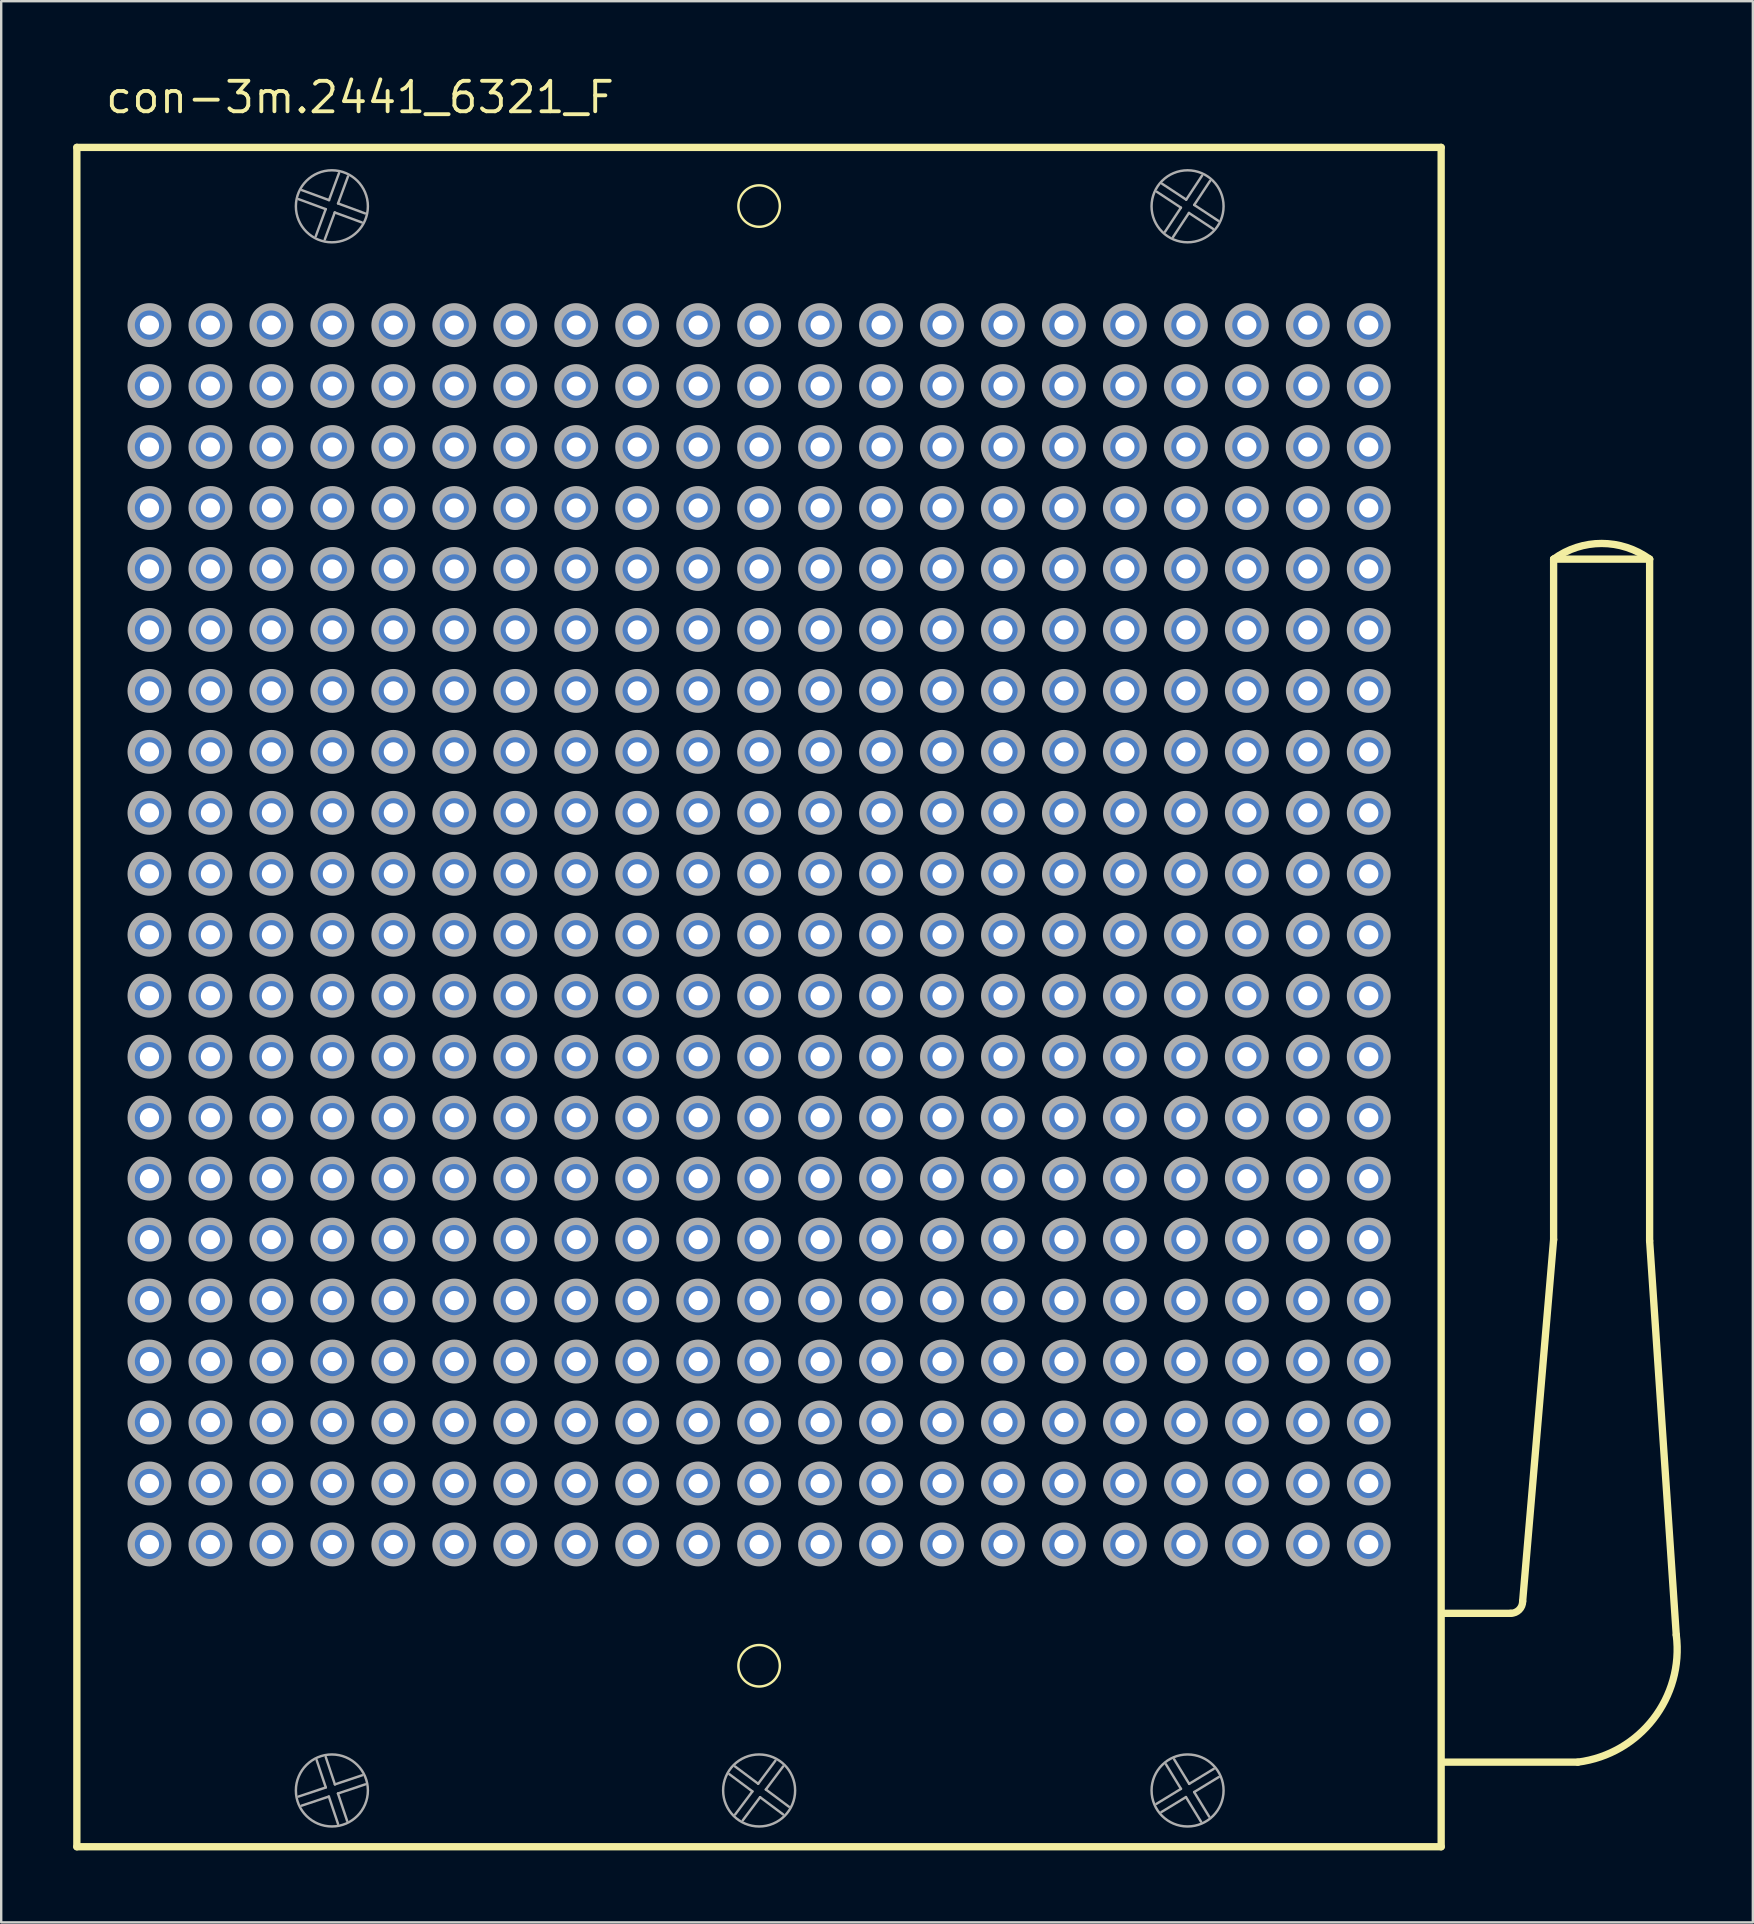
<source format=kicad_pcb>
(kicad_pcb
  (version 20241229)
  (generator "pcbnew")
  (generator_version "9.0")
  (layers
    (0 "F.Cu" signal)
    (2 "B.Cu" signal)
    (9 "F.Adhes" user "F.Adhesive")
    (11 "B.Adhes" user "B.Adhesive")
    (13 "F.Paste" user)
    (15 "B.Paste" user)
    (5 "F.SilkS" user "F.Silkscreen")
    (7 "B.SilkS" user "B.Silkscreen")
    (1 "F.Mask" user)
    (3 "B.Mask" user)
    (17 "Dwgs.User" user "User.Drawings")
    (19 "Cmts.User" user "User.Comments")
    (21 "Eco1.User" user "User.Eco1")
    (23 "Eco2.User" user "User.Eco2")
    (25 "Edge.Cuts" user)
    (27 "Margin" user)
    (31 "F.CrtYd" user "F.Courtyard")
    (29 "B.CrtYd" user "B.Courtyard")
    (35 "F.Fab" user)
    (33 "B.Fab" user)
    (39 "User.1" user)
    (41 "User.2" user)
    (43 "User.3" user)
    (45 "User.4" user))
  (footprint "con-3m.2441_6321_F"
    (layer "F.Cu")
    (at 28.577 35.895)
    (property "Reference" "con-3m.2441_6321_F" (at -27.315 -34.145 0) (layer "F.SilkS") (effects (font (size 1.27 1.27) (thickness 0.16)) (justify left bottom)))
    (attr through_hole)
    (fp_line (start -28.425 -32.805) (end 28.415 -32.805) (stroke (width 0.305) (type default)) (layer "F.SilkS"))
    (fp_line (start -28.425 37.995) (end -28.425 -32.805) (stroke (width 0.305) (type default)) (layer "F.SilkS"))
    (fp_line (start 28.415 -32.805) (end 28.415 37.995) (stroke (width 0.305) (type default)) (layer "F.SilkS"))
    (fp_line (start 28.415 37.995) (end -28.425 37.995) (stroke (width 0.305) (type default)) (layer "F.SilkS"))
    (fp_line (start 31.31 28.27) (end 28.546 28.27) (stroke (width 0.305) (type default)) (layer "F.SilkS"))
    (fp_line (start 31.81 27.77) (end 33.1 12.7) (stroke (width 0.305) (type default)) (layer "F.SilkS"))
    (fp_line (start 33.1 -15.65) (end 37.1 -15.65) (stroke (width 0.305) (type default)) (layer "F.SilkS"))
    (fp_line (start 33.1 12.7) (end 33.1 -15.65) (stroke (width 0.305) (type default)) (layer "F.SilkS"))
    (fp_line (start 34.11 34.47) (end 28.446 34.47) (stroke (width 0.305) (type default)) (layer "F.SilkS"))
    (fp_line (start 37.1 -15.65) (end 37.1 12.75) (stroke (width 0.305) (type default)) (layer "F.SilkS"))
    (fp_line (start 37.1 12.75) (end 38.21 29.17) (stroke (width 0.305) (type default)) (layer "F.SilkS"))
    (fp_arc (start 31.81 27.77) (mid 31.663553 28.123553) (end 31.31 28.27) (stroke (width 0.3048) (type default)) (layer "F.SilkS"))
    (fp_arc (start 33.1 -15.65) (mid 35.1 -16.303325) (end 37.1 -15.65) (stroke (width 0.3048) (type default)) (layer "F.SilkS"))
    (fp_arc (start 38.21 29.17) (mid 37.257666 32.669138) (end 34.11 34.47) (stroke (width 0.3048) (type default)) (layer "F.SilkS"))
    (fp_circle (center 0 -30.36) (end 0.864 -30.36) (stroke (width 0.102) (type default)) (fill no) (layer "F.SilkS"))
    (fp_circle (center 0 30.455) (end 0.864 30.455) (stroke (width 0.102) (type default)) (fill no) (layer "F.SilkS"))
    (fp_line (start -19.191 35.904) (end -18.053 35.524) (stroke (width 0.102) (type default)) (layer "F.Fab"))
    (fp_line (start -19.045 -31.021) (end -17.919 -30.607) (stroke (width 0.102) (type default)) (layer "F.Fab"))
    (fp_line (start -18.471 -29.105) (end -18.057 -30.231) (stroke (width 0.102) (type default)) (layer "F.Fab"))
    (fp_line (start -18.057 -30.231) (end -19.183 -30.646) (stroke (width 0.102) (type default)) (layer "F.Fab"))
    (fp_line (start -18.055 34.259) (end -17.674 35.397) (stroke (width 0.102) (type default)) (layer "F.Fab"))
    (fp_line (start -18.053 35.524) (end -18.434 34.386) (stroke (width 0.102) (type default)) (layer "F.Fab"))
    (fp_line (start -17.926 35.903) (end -19.064 36.284) (stroke (width 0.102) (type default)) (layer "F.Fab"))
    (fp_line (start -17.919 -30.607) (end -17.504 -31.733) (stroke (width 0.102) (type default)) (layer "F.Fab"))
    (fp_line (start -17.681 -30.093) (end -18.096 -28.967) (stroke (width 0.102) (type default)) (layer "F.Fab"))
    (fp_line (start -17.674 35.397) (end -16.536 35.016) (stroke (width 0.102) (type default)) (layer "F.Fab"))
    (fp_line (start -17.547 35.776) (end -17.166 36.914) (stroke (width 0.102) (type default)) (layer "F.Fab"))
    (fp_line (start -17.545 37.041) (end -17.926 35.903) (stroke (width 0.102) (type default)) (layer "F.Fab"))
    (fp_line (start -17.543 -30.469) (end -16.417 -30.054) (stroke (width 0.102) (type default)) (layer "F.Fab"))
    (fp_line (start -17.129 -31.595) (end -17.543 -30.469) (stroke (width 0.102) (type default)) (layer "F.Fab"))
    (fp_line (start -16.555 -29.679) (end -17.681 -30.093) (stroke (width 0.102) (type default)) (layer "F.Fab"))
    (fp_line (start -16.409 35.395) (end -17.547 35.776) (stroke (width 0.102) (type default)) (layer "F.Fab"))
    (fp_line (start -1.001 34.651) (end -0.04 35.37) (stroke (width 0.102) (type default)) (layer "F.Fab"))
    (fp_line (start -0.999 36.651) (end -0.28 35.69) (stroke (width 0.102) (type default)) (layer "F.Fab"))
    (fp_line (start -0.28 35.69) (end -1.241 34.971) (stroke (width 0.102) (type default)) (layer "F.Fab"))
    (fp_line (start -0.04 35.37) (end 0.678 34.409) (stroke (width 0.102) (type default)) (layer "F.Fab"))
    (fp_line (start 0.04 35.93) (end -0.678 36.891) (stroke (width 0.102) (type default)) (layer "F.Fab"))
    (fp_line (start 0.28 35.61) (end 1.241 36.328) (stroke (width 0.102) (type default)) (layer "F.Fab"))
    (fp_line (start 0.999 34.649) (end 0.28 35.61) (stroke (width 0.102) (type default)) (layer "F.Fab"))
    (fp_line (start 1.001 36.649) (end 0.04 35.93) (stroke (width 0.102) (type default)) (layer "F.Fab"))
    (fp_line (start 16.551 36.209) (end 17.575 35.583) (stroke (width 0.102) (type default)) (layer "F.Fab"))
    (fp_line (start 16.791 -31.288) (end 17.793 -30.627) (stroke (width 0.102) (type default)) (layer "F.Fab"))
    (fp_line (start 16.912 -29.291) (end 17.573 -30.293) (stroke (width 0.102) (type default)) (layer "F.Fab"))
    (fp_line (start 17.291 34.351) (end 17.916 35.375) (stroke (width 0.102) (type default)) (layer "F.Fab"))
    (fp_line (start 17.573 -30.293) (end 16.571 -30.954) (stroke (width 0.102) (type default)) (layer "F.Fab"))
    (fp_line (start 17.575 35.583) (end 16.95 34.559) (stroke (width 0.102) (type default)) (layer "F.Fab"))
    (fp_line (start 17.783 35.925) (end 16.759 36.55) (stroke (width 0.102) (type default)) (layer "F.Fab"))
    (fp_line (start 17.793 -30.627) (end 18.454 -31.629) (stroke (width 0.102) (type default)) (layer "F.Fab"))
    (fp_line (start 17.907 -30.073) (end 17.246 -29.071) (stroke (width 0.102) (type default)) (layer "F.Fab"))
    (fp_line (start 17.916 35.375) (end 18.941 34.75) (stroke (width 0.102) (type default)) (layer "F.Fab"))
    (fp_line (start 18.125 35.716) (end 18.75 36.741) (stroke (width 0.102) (type default)) (layer "F.Fab"))
    (fp_line (start 18.127 -30.407) (end 19.129 -29.746) (stroke (width 0.102) (type default)) (layer "F.Fab"))
    (fp_line (start 18.409 36.949) (end 17.783 35.925) (stroke (width 0.102) (type default)) (layer "F.Fab"))
    (fp_line (start 18.788 -31.409) (end 18.127 -30.407) (stroke (width 0.102) (type default)) (layer "F.Fab"))
    (fp_line (start 18.909 -29.412) (end 17.907 -30.073) (stroke (width 0.102) (type default)) (layer "F.Fab"))
    (fp_line (start 19.149 35.091) (end 18.125 35.716) (stroke (width 0.102) (type default)) (layer "F.Fab"))
    (fp_circle (center -25.4 -25.4) (end -24.638 -25.4) (stroke (width 0.305) (type default)) (fill no) (layer "F.Fab"))
    (fp_circle (center -25.4 -22.86) (end -24.638 -22.86) (stroke (width 0.305) (type default)) (fill no) (layer "F.Fab"))
    (fp_circle (center -25.4 -20.32) (end -24.638 -20.32) (stroke (width 0.305) (type default)) (fill no) (layer "F.Fab"))
    (fp_circle (center -25.4 -17.78) (end -24.638 -17.78) (stroke (width 0.305) (type default)) (fill no) (layer "F.Fab"))
    (fp_circle (center -25.4 -15.24) (end -24.638 -15.24) (stroke (width 0.305) (type default)) (fill no) (layer "F.Fab"))
    (fp_circle (center -25.4 -12.7) (end -24.638 -12.7) (stroke (width 0.305) (type default)) (fill no) (layer "F.Fab"))
    (fp_circle (center -25.4 -10.16) (end -24.638 -10.16) (stroke (width 0.305) (type default)) (fill no) (layer "F.Fab"))
    (fp_circle (center -25.4 -7.62) (end -24.638 -7.62) (stroke (width 0.305) (type default)) (fill no) (layer "F.Fab"))
    (fp_circle (center -25.4 -5.08) (end -24.638 -5.08) (stroke (width 0.305) (type default)) (fill no) (layer "F.Fab"))
    (fp_circle (center -25.4 -2.54) (end -24.638 -2.54) (stroke (width 0.305) (type default)) (fill no) (layer "F.Fab"))
    (fp_circle (center -25.4 0) (end -24.638 0) (stroke (width 0.305) (type default)) (fill no) (layer "F.Fab"))
    (fp_circle (center -25.4 2.54) (end -24.638 2.54) (stroke (width 0.305) (type default)) (fill no) (layer "F.Fab"))
    (fp_circle (center -25.4 5.08) (end -24.638 5.08) (stroke (width 0.305) (type default)) (fill no) (layer "F.Fab"))
    (fp_circle (center -25.4 7.62) (end -24.638 7.62) (stroke (width 0.305) (type default)) (fill no) (layer "F.Fab"))
    (fp_circle (center -25.4 10.16) (end -24.638 10.16) (stroke (width 0.305) (type default)) (fill no) (layer "F.Fab"))
    (fp_circle (center -25.4 12.7) (end -24.638 12.7) (stroke (width 0.305) (type default)) (fill no) (layer "F.Fab"))
    (fp_circle (center -25.4 15.24) (end -24.638 15.24) (stroke (width 0.305) (type default)) (fill no) (layer "F.Fab"))
    (fp_circle (center -25.4 17.78) (end -24.638 17.78) (stroke (width 0.305) (type default)) (fill no) (layer "F.Fab"))
    (fp_circle (center -25.4 20.32) (end -24.638 20.32) (stroke (width 0.305) (type default)) (fill no) (layer "F.Fab"))
    (fp_circle (center -25.4 22.86) (end -24.638 22.86) (stroke (width 0.305) (type default)) (fill no) (layer "F.Fab"))
    (fp_circle (center -25.4 25.4) (end -24.638 25.4) (stroke (width 0.305) (type default)) (fill no) (layer "F.Fab"))
    (fp_circle (center -22.86 -25.4) (end -22.098 -25.4) (stroke (width 0.305) (type default)) (fill no) (layer "F.Fab"))
    (fp_circle (center -22.86 -22.86) (end -22.098 -22.86) (stroke (width 0.305) (type default)) (fill no) (layer "F.Fab"))
    (fp_circle (center -22.86 -20.32) (end -22.098 -20.32) (stroke (width 0.305) (type default)) (fill no) (layer "F.Fab"))
    (fp_circle (center -22.86 -17.78) (end -22.098 -17.78) (stroke (width 0.305) (type default)) (fill no) (layer "F.Fab"))
    (fp_circle (center -22.86 -15.24) (end -22.098 -15.24) (stroke (width 0.305) (type default)) (fill no) (layer "F.Fab"))
    (fp_circle (center -22.86 -12.7) (end -22.098 -12.7) (stroke (width 0.305) (type default)) (fill no) (layer "F.Fab"))
    (fp_circle (center -22.86 -10.16) (end -22.098 -10.16) (stroke (width 0.305) (type default)) (fill no) (layer "F.Fab"))
    (fp_circle (center -22.86 -7.62) (end -22.098 -7.62) (stroke (width 0.305) (type default)) (fill no) (layer "F.Fab"))
    (fp_circle (center -22.86 -5.08) (end -22.098 -5.08) (stroke (width 0.305) (type default)) (fill no) (layer "F.Fab"))
    (fp_circle (center -22.86 -2.54) (end -22.098 -2.54) (stroke (width 0.305) (type default)) (fill no) (layer "F.Fab"))
    (fp_circle (center -22.86 0) (end -22.098 0) (stroke (width 0.305) (type default)) (fill no) (layer "F.Fab"))
    (fp_circle (center -22.86 2.54) (end -22.098 2.54) (stroke (width 0.305) (type default)) (fill no) (layer "F.Fab"))
    (fp_circle (center -22.86 5.08) (end -22.098 5.08) (stroke (width 0.305) (type default)) (fill no) (layer "F.Fab"))
    (fp_circle (center -22.86 7.62) (end -22.098 7.62) (stroke (width 0.305) (type default)) (fill no) (layer "F.Fab"))
    (fp_circle (center -22.86 10.16) (end -22.098 10.16) (stroke (width 0.305) (type default)) (fill no) (layer "F.Fab"))
    (fp_circle (center -22.86 12.7) (end -22.098 12.7) (stroke (width 0.305) (type default)) (fill no) (layer "F.Fab"))
    (fp_circle (center -22.86 15.24) (end -22.098 15.24) (stroke (width 0.305) (type default)) (fill no) (layer "F.Fab"))
    (fp_circle (center -22.86 17.78) (end -22.098 17.78) (stroke (width 0.305) (type default)) (fill no) (layer "F.Fab"))
    (fp_circle (center -22.86 20.32) (end -22.098 20.32) (stroke (width 0.305) (type default)) (fill no) (layer "F.Fab"))
    (fp_circle (center -22.86 22.86) (end -22.098 22.86) (stroke (width 0.305) (type default)) (fill no) (layer "F.Fab"))
    (fp_circle (center -22.86 25.4) (end -22.098 25.4) (stroke (width 0.305) (type default)) (fill no) (layer "F.Fab"))
    (fp_circle (center -20.32 -25.4) (end -19.558 -25.4) (stroke (width 0.305) (type default)) (fill no) (layer "F.Fab"))
    (fp_circle (center -20.32 -22.86) (end -19.558 -22.86) (stroke (width 0.305) (type default)) (fill no) (layer "F.Fab"))
    (fp_circle (center -20.32 -20.32) (end -19.558 -20.32) (stroke (width 0.305) (type default)) (fill no) (layer "F.Fab"))
    (fp_circle (center -20.32 -17.78) (end -19.558 -17.78) (stroke (width 0.305) (type default)) (fill no) (layer "F.Fab"))
    (fp_circle (center -20.32 -15.24) (end -19.558 -15.24) (stroke (width 0.305) (type default)) (fill no) (layer "F.Fab"))
    (fp_circle (center -20.32 -12.7) (end -19.558 -12.7) (stroke (width 0.305) (type default)) (fill no) (layer "F.Fab"))
    (fp_circle (center -20.32 -10.16) (end -19.558 -10.16) (stroke (width 0.305) (type default)) (fill no) (layer "F.Fab"))
    (fp_circle (center -20.32 -7.62) (end -19.558 -7.62) (stroke (width 0.305) (type default)) (fill no) (layer "F.Fab"))
    (fp_circle (center -20.32 -5.08) (end -19.558 -5.08) (stroke (width 0.305) (type default)) (fill no) (layer "F.Fab"))
    (fp_circle (center -20.32 -2.54) (end -19.558 -2.54) (stroke (width 0.305) (type default)) (fill no) (layer "F.Fab"))
    (fp_circle (center -20.32 0) (end -19.558 0) (stroke (width 0.305) (type default)) (fill no) (layer "F.Fab"))
    (fp_circle (center -20.32 2.54) (end -19.558 2.54) (stroke (width 0.305) (type default)) (fill no) (layer "F.Fab"))
    (fp_circle (center -20.32 5.08) (end -19.558 5.08) (stroke (width 0.305) (type default)) (fill no) (layer "F.Fab"))
    (fp_circle (center -20.32 7.62) (end -19.558 7.62) (stroke (width 0.305) (type default)) (fill no) (layer "F.Fab"))
    (fp_circle (center -20.32 10.16) (end -19.558 10.16) (stroke (width 0.305) (type default)) (fill no) (layer "F.Fab"))
    (fp_circle (center -20.32 12.7) (end -19.558 12.7) (stroke (width 0.305) (type default)) (fill no) (layer "F.Fab"))
    (fp_circle (center -20.32 15.24) (end -19.558 15.24) (stroke (width 0.305) (type default)) (fill no) (layer "F.Fab"))
    (fp_circle (center -20.32 17.78) (end -19.558 17.78) (stroke (width 0.305) (type default)) (fill no) (layer "F.Fab"))
    (fp_circle (center -20.32 20.32) (end -19.558 20.32) (stroke (width 0.305) (type default)) (fill no) (layer "F.Fab"))
    (fp_circle (center -20.32 22.86) (end -19.558 22.86) (stroke (width 0.305) (type default)) (fill no) (layer "F.Fab"))
    (fp_circle (center -20.32 25.4) (end -19.558 25.4) (stroke (width 0.305) (type default)) (fill no) (layer "F.Fab"))
    (fp_circle (center -17.8 -30.35) (end -16.3 -30.35) (stroke (width 0.102) (type default)) (fill no) (layer "F.Fab"))
    (fp_circle (center -17.8 35.65) (end -16.3 35.65) (stroke (width 0.102) (type default)) (fill no) (layer "F.Fab"))
    (fp_circle (center -17.78 -25.4) (end -17.018 -25.4) (stroke (width 0.305) (type default)) (fill no) (layer "F.Fab"))
    (fp_circle (center -17.78 -22.86) (end -17.018 -22.86) (stroke (width 0.305) (type default)) (fill no) (layer "F.Fab"))
    (fp_circle (center -17.78 -20.32) (end -17.018 -20.32) (stroke (width 0.305) (type default)) (fill no) (layer "F.Fab"))
    (fp_circle (center -17.78 -17.78) (end -17.018 -17.78) (stroke (width 0.305) (type default)) (fill no) (layer "F.Fab"))
    (fp_circle (center -17.78 -15.24) (end -17.018 -15.24) (stroke (width 0.305) (type default)) (fill no) (layer "F.Fab"))
    (fp_circle (center -17.78 -12.7) (end -17.018 -12.7) (stroke (width 0.305) (type default)) (fill no) (layer "F.Fab"))
    (fp_circle (center -17.78 -10.16) (end -17.018 -10.16) (stroke (width 0.305) (type default)) (fill no) (layer "F.Fab"))
    (fp_circle (center -17.78 -7.62) (end -17.018 -7.62) (stroke (width 0.305) (type default)) (fill no) (layer "F.Fab"))
    (fp_circle (center -17.78 -5.08) (end -17.018 -5.08) (stroke (width 0.305) (type default)) (fill no) (layer "F.Fab"))
    (fp_circle (center -17.78 -2.54) (end -17.018 -2.54) (stroke (width 0.305) (type default)) (fill no) (layer "F.Fab"))
    (fp_circle (center -17.78 0) (end -17.018 0) (stroke (width 0.305) (type default)) (fill no) (layer "F.Fab"))
    (fp_circle (center -17.78 2.54) (end -17.018 2.54) (stroke (width 0.305) (type default)) (fill no) (layer "F.Fab"))
    (fp_circle (center -17.78 5.08) (end -17.018 5.08) (stroke (width 0.305) (type default)) (fill no) (layer "F.Fab"))
    (fp_circle (center -17.78 7.62) (end -17.018 7.62) (stroke (width 0.305) (type default)) (fill no) (layer "F.Fab"))
    (fp_circle (center -17.78 10.16) (end -17.018 10.16) (stroke (width 0.305) (type default)) (fill no) (layer "F.Fab"))
    (fp_circle (center -17.78 12.7) (end -17.018 12.7) (stroke (width 0.305) (type default)) (fill no) (layer "F.Fab"))
    (fp_circle (center -17.78 15.24) (end -17.018 15.24) (stroke (width 0.305) (type default)) (fill no) (layer "F.Fab"))
    (fp_circle (center -17.78 17.78) (end -17.018 17.78) (stroke (width 0.305) (type default)) (fill no) (layer "F.Fab"))
    (fp_circle (center -17.78 20.32) (end -17.018 20.32) (stroke (width 0.305) (type default)) (fill no) (layer "F.Fab"))
    (fp_circle (center -17.78 22.86) (end -17.018 22.86) (stroke (width 0.305) (type default)) (fill no) (layer "F.Fab"))
    (fp_circle (center -17.78 25.4) (end -17.018 25.4) (stroke (width 0.305) (type default)) (fill no) (layer "F.Fab"))
    (fp_circle (center -15.24 -25.4) (end -14.478 -25.4) (stroke (width 0.305) (type default)) (fill no) (layer "F.Fab"))
    (fp_circle (center -15.24 -22.86) (end -14.478 -22.86) (stroke (width 0.305) (type default)) (fill no) (layer "F.Fab"))
    (fp_circle (center -15.24 -20.32) (end -14.478 -20.32) (stroke (width 0.305) (type default)) (fill no) (layer "F.Fab"))
    (fp_circle (center -15.24 -17.78) (end -14.478 -17.78) (stroke (width 0.305) (type default)) (fill no) (layer "F.Fab"))
    (fp_circle (center -15.24 -15.24) (end -14.478 -15.24) (stroke (width 0.305) (type default)) (fill no) (layer "F.Fab"))
    (fp_circle (center -15.24 -12.7) (end -14.478 -12.7) (stroke (width 0.305) (type default)) (fill no) (layer "F.Fab"))
    (fp_circle (center -15.24 -10.16) (end -14.478 -10.16) (stroke (width 0.305) (type default)) (fill no) (layer "F.Fab"))
    (fp_circle (center -15.24 -7.62) (end -14.478 -7.62) (stroke (width 0.305) (type default)) (fill no) (layer "F.Fab"))
    (fp_circle (center -15.24 -5.08) (end -14.478 -5.08) (stroke (width 0.305) (type default)) (fill no) (layer "F.Fab"))
    (fp_circle (center -15.24 -2.54) (end -14.478 -2.54) (stroke (width 0.305) (type default)) (fill no) (layer "F.Fab"))
    (fp_circle (center -15.24 0) (end -14.478 0) (stroke (width 0.305) (type default)) (fill no) (layer "F.Fab"))
    (fp_circle (center -15.24 2.54) (end -14.478 2.54) (stroke (width 0.305) (type default)) (fill no) (layer "F.Fab"))
    (fp_circle (center -15.24 5.08) (end -14.478 5.08) (stroke (width 0.305) (type default)) (fill no) (layer "F.Fab"))
    (fp_circle (center -15.24 7.62) (end -14.478 7.62) (stroke (width 0.305) (type default)) (fill no) (layer "F.Fab"))
    (fp_circle (center -15.24 10.16) (end -14.478 10.16) (stroke (width 0.305) (type default)) (fill no) (layer "F.Fab"))
    (fp_circle (center -15.24 12.7) (end -14.478 12.7) (stroke (width 0.305) (type default)) (fill no) (layer "F.Fab"))
    (fp_circle (center -15.24 15.24) (end -14.478 15.24) (stroke (width 0.305) (type default)) (fill no) (layer "F.Fab"))
    (fp_circle (center -15.24 17.78) (end -14.478 17.78) (stroke (width 0.305) (type default)) (fill no) (layer "F.Fab"))
    (fp_circle (center -15.24 20.32) (end -14.478 20.32) (stroke (width 0.305) (type default)) (fill no) (layer "F.Fab"))
    (fp_circle (center -15.24 22.86) (end -14.478 22.86) (stroke (width 0.305) (type default)) (fill no) (layer "F.Fab"))
    (fp_circle (center -15.24 25.4) (end -14.478 25.4) (stroke (width 0.305) (type default)) (fill no) (layer "F.Fab"))
    (fp_circle (center -12.7 -25.4) (end -11.938 -25.4) (stroke (width 0.305) (type default)) (fill no) (layer "F.Fab"))
    (fp_circle (center -12.7 -22.86) (end -11.938 -22.86) (stroke (width 0.305) (type default)) (fill no) (layer "F.Fab"))
    (fp_circle (center -12.7 -20.32) (end -11.938 -20.32) (stroke (width 0.305) (type default)) (fill no) (layer "F.Fab"))
    (fp_circle (center -12.7 -17.78) (end -11.938 -17.78) (stroke (width 0.305) (type default)) (fill no) (layer "F.Fab"))
    (fp_circle (center -12.7 -15.24) (end -11.938 -15.24) (stroke (width 0.305) (type default)) (fill no) (layer "F.Fab"))
    (fp_circle (center -12.7 -12.7) (end -11.938 -12.7) (stroke (width 0.305) (type default)) (fill no) (layer "F.Fab"))
    (fp_circle (center -12.7 -10.16) (end -11.938 -10.16) (stroke (width 0.305) (type default)) (fill no) (layer "F.Fab"))
    (fp_circle (center -12.7 -7.62) (end -11.938 -7.62) (stroke (width 0.305) (type default)) (fill no) (layer "F.Fab"))
    (fp_circle (center -12.7 -5.08) (end -11.938 -5.08) (stroke (width 0.305) (type default)) (fill no) (layer "F.Fab"))
    (fp_circle (center -12.7 -2.54) (end -11.938 -2.54) (stroke (width 0.305) (type default)) (fill no) (layer "F.Fab"))
    (fp_circle (center -12.7 0) (end -11.938 0) (stroke (width 0.305) (type default)) (fill no) (layer "F.Fab"))
    (fp_circle (center -12.7 2.54) (end -11.938 2.54) (stroke (width 0.305) (type default)) (fill no) (layer "F.Fab"))
    (fp_circle (center -12.7 5.08) (end -11.938 5.08) (stroke (width 0.305) (type default)) (fill no) (layer "F.Fab"))
    (fp_circle (center -12.7 7.62) (end -11.938 7.62) (stroke (width 0.305) (type default)) (fill no) (layer "F.Fab"))
    (fp_circle (center -12.7 10.16) (end -11.938 10.16) (stroke (width 0.305) (type default)) (fill no) (layer "F.Fab"))
    (fp_circle (center -12.7 12.7) (end -11.938 12.7) (stroke (width 0.305) (type default)) (fill no) (layer "F.Fab"))
    (fp_circle (center -12.7 15.24) (end -11.938 15.24) (stroke (width 0.305) (type default)) (fill no) (layer "F.Fab"))
    (fp_circle (center -12.7 17.78) (end -11.938 17.78) (stroke (width 0.305) (type default)) (fill no) (layer "F.Fab"))
    (fp_circle (center -12.7 20.32) (end -11.938 20.32) (stroke (width 0.305) (type default)) (fill no) (layer "F.Fab"))
    (fp_circle (center -12.7 22.86) (end -11.938 22.86) (stroke (width 0.305) (type default)) (fill no) (layer "F.Fab"))
    (fp_circle (center -12.7 25.4) (end -11.938 25.4) (stroke (width 0.305) (type default)) (fill no) (layer "F.Fab"))
    (fp_circle (center -10.16 -25.4) (end -9.398 -25.4) (stroke (width 0.305) (type default)) (fill no) (layer "F.Fab"))
    (fp_circle (center -10.16 -22.86) (end -9.398 -22.86) (stroke (width 0.305) (type default)) (fill no) (layer "F.Fab"))
    (fp_circle (center -10.16 -20.32) (end -9.398 -20.32) (stroke (width 0.305) (type default)) (fill no) (layer "F.Fab"))
    (fp_circle (center -10.16 -17.78) (end -9.398 -17.78) (stroke (width 0.305) (type default)) (fill no) (layer "F.Fab"))
    (fp_circle (center -10.16 -15.24) (end -9.398 -15.24) (stroke (width 0.305) (type default)) (fill no) (layer "F.Fab"))
    (fp_circle (center -10.16 -12.7) (end -9.398 -12.7) (stroke (width 0.305) (type default)) (fill no) (layer "F.Fab"))
    (fp_circle (center -10.16 -10.16) (end -9.398 -10.16) (stroke (width 0.305) (type default)) (fill no) (layer "F.Fab"))
    (fp_circle (center -10.16 -7.62) (end -9.398 -7.62) (stroke (width 0.305) (type default)) (fill no) (layer "F.Fab"))
    (fp_circle (center -10.16 -5.08) (end -9.398 -5.08) (stroke (width 0.305) (type default)) (fill no) (layer "F.Fab"))
    (fp_circle (center -10.16 -2.54) (end -9.398 -2.54) (stroke (width 0.305) (type default)) (fill no) (layer "F.Fab"))
    (fp_circle (center -10.16 0) (end -9.398 0) (stroke (width 0.305) (type default)) (fill no) (layer "F.Fab"))
    (fp_circle (center -10.16 2.54) (end -9.398 2.54) (stroke (width 0.305) (type default)) (fill no) (layer "F.Fab"))
    (fp_circle (center -10.16 5.08) (end -9.398 5.08) (stroke (width 0.305) (type default)) (fill no) (layer "F.Fab"))
    (fp_circle (center -10.16 7.62) (end -9.398 7.62) (stroke (width 0.305) (type default)) (fill no) (layer "F.Fab"))
    (fp_circle (center -10.16 10.16) (end -9.398 10.16) (stroke (width 0.305) (type default)) (fill no) (layer "F.Fab"))
    (fp_circle (center -10.16 12.7) (end -9.398 12.7) (stroke (width 0.305) (type default)) (fill no) (layer "F.Fab"))
    (fp_circle (center -10.16 15.24) (end -9.398 15.24) (stroke (width 0.305) (type default)) (fill no) (layer "F.Fab"))
    (fp_circle (center -10.16 17.78) (end -9.398 17.78) (stroke (width 0.305) (type default)) (fill no) (layer "F.Fab"))
    (fp_circle (center -10.16 20.32) (end -9.398 20.32) (stroke (width 0.305) (type default)) (fill no) (layer "F.Fab"))
    (fp_circle (center -10.16 22.86) (end -9.398 22.86) (stroke (width 0.305) (type default)) (fill no) (layer "F.Fab"))
    (fp_circle (center -10.16 25.4) (end -9.398 25.4) (stroke (width 0.305) (type default)) (fill no) (layer "F.Fab"))
    (fp_circle (center -7.62 -25.4) (end -6.858 -25.4) (stroke (width 0.305) (type default)) (fill no) (layer "F.Fab"))
    (fp_circle (center -7.62 -22.86) (end -6.858 -22.86) (stroke (width 0.305) (type default)) (fill no) (layer "F.Fab"))
    (fp_circle (center -7.62 -20.32) (end -6.858 -20.32) (stroke (width 0.305) (type default)) (fill no) (layer "F.Fab"))
    (fp_circle (center -7.62 -17.78) (end -6.858 -17.78) (stroke (width 0.305) (type default)) (fill no) (layer "F.Fab"))
    (fp_circle (center -7.62 -15.24) (end -6.858 -15.24) (stroke (width 0.305) (type default)) (fill no) (layer "F.Fab"))
    (fp_circle (center -7.62 -12.7) (end -6.858 -12.7) (stroke (width 0.305) (type default)) (fill no) (layer "F.Fab"))
    (fp_circle (center -7.62 -10.16) (end -6.858 -10.16) (stroke (width 0.305) (type default)) (fill no) (layer "F.Fab"))
    (fp_circle (center -7.62 -7.62) (end -6.858 -7.62) (stroke (width 0.305) (type default)) (fill no) (layer "F.Fab"))
    (fp_circle (center -7.62 -5.08) (end -6.858 -5.08) (stroke (width 0.305) (type default)) (fill no) (layer "F.Fab"))
    (fp_circle (center -7.62 -2.54) (end -6.858 -2.54) (stroke (width 0.305) (type default)) (fill no) (layer "F.Fab"))
    (fp_circle (center -7.62 0) (end -6.858 0) (stroke (width 0.305) (type default)) (fill no) (layer "F.Fab"))
    (fp_circle (center -7.62 2.54) (end -6.858 2.54) (stroke (width 0.305) (type default)) (fill no) (layer "F.Fab"))
    (fp_circle (center -7.62 5.08) (end -6.858 5.08) (stroke (width 0.305) (type default)) (fill no) (layer "F.Fab"))
    (fp_circle (center -7.62 7.62) (end -6.858 7.62) (stroke (width 0.305) (type default)) (fill no) (layer "F.Fab"))
    (fp_circle (center -7.62 10.16) (end -6.858 10.16) (stroke (width 0.305) (type default)) (fill no) (layer "F.Fab"))
    (fp_circle (center -7.62 12.7) (end -6.858 12.7) (stroke (width 0.305) (type default)) (fill no) (layer "F.Fab"))
    (fp_circle (center -7.62 15.24) (end -6.858 15.24) (stroke (width 0.305) (type default)) (fill no) (layer "F.Fab"))
    (fp_circle (center -7.62 17.78) (end -6.858 17.78) (stroke (width 0.305) (type default)) (fill no) (layer "F.Fab"))
    (fp_circle (center -7.62 20.32) (end -6.858 20.32) (stroke (width 0.305) (type default)) (fill no) (layer "F.Fab"))
    (fp_circle (center -7.62 22.86) (end -6.858 22.86) (stroke (width 0.305) (type default)) (fill no) (layer "F.Fab"))
    (fp_circle (center -7.62 25.4) (end -6.858 25.4) (stroke (width 0.305) (type default)) (fill no) (layer "F.Fab"))
    (fp_circle (center -5.08 -25.4) (end -4.318 -25.4) (stroke (width 0.305) (type default)) (fill no) (layer "F.Fab"))
    (fp_circle (center -5.08 -22.86) (end -4.318 -22.86) (stroke (width 0.305) (type default)) (fill no) (layer "F.Fab"))
    (fp_circle (center -5.08 -20.32) (end -4.318 -20.32) (stroke (width 0.305) (type default)) (fill no) (layer "F.Fab"))
    (fp_circle (center -5.08 -17.78) (end -4.318 -17.78) (stroke (width 0.305) (type default)) (fill no) (layer "F.Fab"))
    (fp_circle (center -5.08 -15.24) (end -4.318 -15.24) (stroke (width 0.305) (type default)) (fill no) (layer "F.Fab"))
    (fp_circle (center -5.08 -12.7) (end -4.318 -12.7) (stroke (width 0.305) (type default)) (fill no) (layer "F.Fab"))
    (fp_circle (center -5.08 -10.16) (end -4.318 -10.16) (stroke (width 0.305) (type default)) (fill no) (layer "F.Fab"))
    (fp_circle (center -5.08 -7.62) (end -4.318 -7.62) (stroke (width 0.305) (type default)) (fill no) (layer "F.Fab"))
    (fp_circle (center -5.08 -5.08) (end -4.318 -5.08) (stroke (width 0.305) (type default)) (fill no) (layer "F.Fab"))
    (fp_circle (center -5.08 -2.54) (end -4.318 -2.54) (stroke (width 0.305) (type default)) (fill no) (layer "F.Fab"))
    (fp_circle (center -5.08 0) (end -4.318 0) (stroke (width 0.305) (type default)) (fill no) (layer "F.Fab"))
    (fp_circle (center -5.08 2.54) (end -4.318 2.54) (stroke (width 0.305) (type default)) (fill no) (layer "F.Fab"))
    (fp_circle (center -5.08 5.08) (end -4.318 5.08) (stroke (width 0.305) (type default)) (fill no) (layer "F.Fab"))
    (fp_circle (center -5.08 7.62) (end -4.318 7.62) (stroke (width 0.305) (type default)) (fill no) (layer "F.Fab"))
    (fp_circle (center -5.08 10.16) (end -4.318 10.16) (stroke (width 0.305) (type default)) (fill no) (layer "F.Fab"))
    (fp_circle (center -5.08 12.7) (end -4.318 12.7) (stroke (width 0.305) (type default)) (fill no) (layer "F.Fab"))
    (fp_circle (center -5.08 15.24) (end -4.318 15.24) (stroke (width 0.305) (type default)) (fill no) (layer "F.Fab"))
    (fp_circle (center -5.08 17.78) (end -4.318 17.78) (stroke (width 0.305) (type default)) (fill no) (layer "F.Fab"))
    (fp_circle (center -5.08 20.32) (end -4.318 20.32) (stroke (width 0.305) (type default)) (fill no) (layer "F.Fab"))
    (fp_circle (center -5.08 22.86) (end -4.318 22.86) (stroke (width 0.305) (type default)) (fill no) (layer "F.Fab"))
    (fp_circle (center -5.08 25.4) (end -4.318 25.4) (stroke (width 0.305) (type default)) (fill no) (layer "F.Fab"))
    (fp_circle (center -2.54 -25.4) (end -1.778 -25.4) (stroke (width 0.305) (type default)) (fill no) (layer "F.Fab"))
    (fp_circle (center -2.54 -22.86) (end -1.778 -22.86) (stroke (width 0.305) (type default)) (fill no) (layer "F.Fab"))
    (fp_circle (center -2.54 -20.32) (end -1.778 -20.32) (stroke (width 0.305) (type default)) (fill no) (layer "F.Fab"))
    (fp_circle (center -2.54 -17.78) (end -1.778 -17.78) (stroke (width 0.305) (type default)) (fill no) (layer "F.Fab"))
    (fp_circle (center -2.54 -15.24) (end -1.778 -15.24) (stroke (width 0.305) (type default)) (fill no) (layer "F.Fab"))
    (fp_circle (center -2.54 -12.7) (end -1.778 -12.7) (stroke (width 0.305) (type default)) (fill no) (layer "F.Fab"))
    (fp_circle (center -2.54 -10.16) (end -1.778 -10.16) (stroke (width 0.305) (type default)) (fill no) (layer "F.Fab"))
    (fp_circle (center -2.54 -7.62) (end -1.778 -7.62) (stroke (width 0.305) (type default)) (fill no) (layer "F.Fab"))
    (fp_circle (center -2.54 -5.08) (end -1.778 -5.08) (stroke (width 0.305) (type default)) (fill no) (layer "F.Fab"))
    (fp_circle (center -2.54 -2.54) (end -1.778 -2.54) (stroke (width 0.305) (type default)) (fill no) (layer "F.Fab"))
    (fp_circle (center -2.54 0) (end -1.778 0) (stroke (width 0.305) (type default)) (fill no) (layer "F.Fab"))
    (fp_circle (center -2.54 2.54) (end -1.778 2.54) (stroke (width 0.305) (type default)) (fill no) (layer "F.Fab"))
    (fp_circle (center -2.54 5.08) (end -1.778 5.08) (stroke (width 0.305) (type default)) (fill no) (layer "F.Fab"))
    (fp_circle (center -2.54 7.62) (end -1.778 7.62) (stroke (width 0.305) (type default)) (fill no) (layer "F.Fab"))
    (fp_circle (center -2.54 10.16) (end -1.778 10.16) (stroke (width 0.305) (type default)) (fill no) (layer "F.Fab"))
    (fp_circle (center -2.54 12.7) (end -1.778 12.7) (stroke (width 0.305) (type default)) (fill no) (layer "F.Fab"))
    (fp_circle (center -2.54 15.24) (end -1.778 15.24) (stroke (width 0.305) (type default)) (fill no) (layer "F.Fab"))
    (fp_circle (center -2.54 17.78) (end -1.778 17.78) (stroke (width 0.305) (type default)) (fill no) (layer "F.Fab"))
    (fp_circle (center -2.54 20.32) (end -1.778 20.32) (stroke (width 0.305) (type default)) (fill no) (layer "F.Fab"))
    (fp_circle (center -2.54 22.86) (end -1.778 22.86) (stroke (width 0.305) (type default)) (fill no) (layer "F.Fab"))
    (fp_circle (center -2.54 25.4) (end -1.778 25.4) (stroke (width 0.305) (type default)) (fill no) (layer "F.Fab"))
    (fp_circle (center 0 -25.4) (end 0.762 -25.4) (stroke (width 0.305) (type default)) (fill no) (layer "F.Fab"))
    (fp_circle (center 0 -22.86) (end 0.762 -22.86) (stroke (width 0.305) (type default)) (fill no) (layer "F.Fab"))
    (fp_circle (center 0 -20.32) (end 0.762 -20.32) (stroke (width 0.305) (type default)) (fill no) (layer "F.Fab"))
    (fp_circle (center 0 -17.78) (end 0.762 -17.78) (stroke (width 0.305) (type default)) (fill no) (layer "F.Fab"))
    (fp_circle (center 0 -15.24) (end 0.762 -15.24) (stroke (width 0.305) (type default)) (fill no) (layer "F.Fab"))
    (fp_circle (center 0 -12.7) (end 0.762 -12.7) (stroke (width 0.305) (type default)) (fill no) (layer "F.Fab"))
    (fp_circle (center 0 -10.16) (end 0.762 -10.16) (stroke (width 0.305) (type default)) (fill no) (layer "F.Fab"))
    (fp_circle (center 0 -7.62) (end 0.762 -7.62) (stroke (width 0.305) (type default)) (fill no) (layer "F.Fab"))
    (fp_circle (center 0 -5.08) (end 0.762 -5.08) (stroke (width 0.305) (type default)) (fill no) (layer "F.Fab"))
    (fp_circle (center 0 -2.54) (end 0.762 -2.54) (stroke (width 0.305) (type default)) (fill no) (layer "F.Fab"))
    (fp_circle (center 0 0) (end 0.762 0) (stroke (width 0.305) (type default)) (fill no) (layer "F.Fab"))
    (fp_circle (center 0 2.54) (end 0.762 2.54) (stroke (width 0.305) (type default)) (fill no) (layer "F.Fab"))
    (fp_circle (center 0 5.08) (end 0.762 5.08) (stroke (width 0.305) (type default)) (fill no) (layer "F.Fab"))
    (fp_circle (center 0 7.62) (end 0.762 7.62) (stroke (width 0.305) (type default)) (fill no) (layer "F.Fab"))
    (fp_circle (center 0 10.16) (end 0.762 10.16) (stroke (width 0.305) (type default)) (fill no) (layer "F.Fab"))
    (fp_circle (center 0 12.7) (end 0.762 12.7) (stroke (width 0.305) (type default)) (fill no) (layer "F.Fab"))
    (fp_circle (center 0 15.24) (end 0.762 15.24) (stroke (width 0.305) (type default)) (fill no) (layer "F.Fab"))
    (fp_circle (center 0 17.78) (end 0.762 17.78) (stroke (width 0.305) (type default)) (fill no) (layer "F.Fab"))
    (fp_circle (center 0 20.32) (end 0.762 20.32) (stroke (width 0.305) (type default)) (fill no) (layer "F.Fab"))
    (fp_circle (center 0 22.86) (end 0.762 22.86) (stroke (width 0.305) (type default)) (fill no) (layer "F.Fab"))
    (fp_circle (center 0 25.4) (end 0.762 25.4) (stroke (width 0.305) (type default)) (fill no) (layer "F.Fab"))
    (fp_circle (center 0 35.65) (end 1.5 35.65) (stroke (width 0.102) (type default)) (fill no) (layer "F.Fab"))
    (fp_circle (center 2.54 -25.4) (end 3.302 -25.4) (stroke (width 0.305) (type default)) (fill no) (layer "F.Fab"))
    (fp_circle (center 2.54 -22.86) (end 3.302 -22.86) (stroke (width 0.305) (type default)) (fill no) (layer "F.Fab"))
    (fp_circle (center 2.54 -20.32) (end 3.302 -20.32) (stroke (width 0.305) (type default)) (fill no) (layer "F.Fab"))
    (fp_circle (center 2.54 -17.78) (end 3.302 -17.78) (stroke (width 0.305) (type default)) (fill no) (layer "F.Fab"))
    (fp_circle (center 2.54 -15.24) (end 3.302 -15.24) (stroke (width 0.305) (type default)) (fill no) (layer "F.Fab"))
    (fp_circle (center 2.54 -12.7) (end 3.302 -12.7) (stroke (width 0.305) (type default)) (fill no) (layer "F.Fab"))
    (fp_circle (center 2.54 -10.16) (end 3.302 -10.16) (stroke (width 0.305) (type default)) (fill no) (layer "F.Fab"))
    (fp_circle (center 2.54 -7.62) (end 3.302 -7.62) (stroke (width 0.305) (type default)) (fill no) (layer "F.Fab"))
    (fp_circle (center 2.54 -5.08) (end 3.302 -5.08) (stroke (width 0.305) (type default)) (fill no) (layer "F.Fab"))
    (fp_circle (center 2.54 -2.54) (end 3.302 -2.54) (stroke (width 0.305) (type default)) (fill no) (layer "F.Fab"))
    (fp_circle (center 2.54 0) (end 3.302 0) (stroke (width 0.305) (type default)) (fill no) (layer "F.Fab"))
    (fp_circle (center 2.54 2.54) (end 3.302 2.54) (stroke (width 0.305) (type default)) (fill no) (layer "F.Fab"))
    (fp_circle (center 2.54 5.08) (end 3.302 5.08) (stroke (width 0.305) (type default)) (fill no) (layer "F.Fab"))
    (fp_circle (center 2.54 7.62) (end 3.302 7.62) (stroke (width 0.305) (type default)) (fill no) (layer "F.Fab"))
    (fp_circle (center 2.54 10.16) (end 3.302 10.16) (stroke (width 0.305) (type default)) (fill no) (layer "F.Fab"))
    (fp_circle (center 2.54 12.7) (end 3.302 12.7) (stroke (width 0.305) (type default)) (fill no) (layer "F.Fab"))
    (fp_circle (center 2.54 15.24) (end 3.302 15.24) (stroke (width 0.305) (type default)) (fill no) (layer "F.Fab"))
    (fp_circle (center 2.54 17.78) (end 3.302 17.78) (stroke (width 0.305) (type default)) (fill no) (layer "F.Fab"))
    (fp_circle (center 2.54 20.32) (end 3.302 20.32) (stroke (width 0.305) (type default)) (fill no) (layer "F.Fab"))
    (fp_circle (center 2.54 22.86) (end 3.302 22.86) (stroke (width 0.305) (type default)) (fill no) (layer "F.Fab"))
    (fp_circle (center 2.54 25.4) (end 3.302 25.4) (stroke (width 0.305) (type default)) (fill no) (layer "F.Fab"))
    (fp_circle (center 5.08 -25.4) (end 5.842 -25.4) (stroke (width 0.305) (type default)) (fill no) (layer "F.Fab"))
    (fp_circle (center 5.08 -22.86) (end 5.842 -22.86) (stroke (width 0.305) (type default)) (fill no) (layer "F.Fab"))
    (fp_circle (center 5.08 -20.32) (end 5.842 -20.32) (stroke (width 0.305) (type default)) (fill no) (layer "F.Fab"))
    (fp_circle (center 5.08 -17.78) (end 5.842 -17.78) (stroke (width 0.305) (type default)) (fill no) (layer "F.Fab"))
    (fp_circle (center 5.08 -15.24) (end 5.842 -15.24) (stroke (width 0.305) (type default)) (fill no) (layer "F.Fab"))
    (fp_circle (center 5.08 -12.7) (end 5.842 -12.7) (stroke (width 0.305) (type default)) (fill no) (layer "F.Fab"))
    (fp_circle (center 5.08 -10.16) (end 5.842 -10.16) (stroke (width 0.305) (type default)) (fill no) (layer "F.Fab"))
    (fp_circle (center 5.08 -7.62) (end 5.842 -7.62) (stroke (width 0.305) (type default)) (fill no) (layer "F.Fab"))
    (fp_circle (center 5.08 -5.08) (end 5.842 -5.08) (stroke (width 0.305) (type default)) (fill no) (layer "F.Fab"))
    (fp_circle (center 5.08 -2.54) (end 5.842 -2.54) (stroke (width 0.305) (type default)) (fill no) (layer "F.Fab"))
    (fp_circle (center 5.08 0) (end 5.842 0) (stroke (width 0.305) (type default)) (fill no) (layer "F.Fab"))
    (fp_circle (center 5.08 2.54) (end 5.842 2.54) (stroke (width 0.305) (type default)) (fill no) (layer "F.Fab"))
    (fp_circle (center 5.08 5.08) (end 5.842 5.08) (stroke (width 0.305) (type default)) (fill no) (layer "F.Fab"))
    (fp_circle (center 5.08 7.62) (end 5.842 7.62) (stroke (width 0.305) (type default)) (fill no) (layer "F.Fab"))
    (fp_circle (center 5.08 10.16) (end 5.842 10.16) (stroke (width 0.305) (type default)) (fill no) (layer "F.Fab"))
    (fp_circle (center 5.08 12.7) (end 5.842 12.7) (stroke (width 0.305) (type default)) (fill no) (layer "F.Fab"))
    (fp_circle (center 5.08 15.24) (end 5.842 15.24) (stroke (width 0.305) (type default)) (fill no) (layer "F.Fab"))
    (fp_circle (center 5.08 17.78) (end 5.842 17.78) (stroke (width 0.305) (type default)) (fill no) (layer "F.Fab"))
    (fp_circle (center 5.08 20.32) (end 5.842 20.32) (stroke (width 0.305) (type default)) (fill no) (layer "F.Fab"))
    (fp_circle (center 5.08 22.86) (end 5.842 22.86) (stroke (width 0.305) (type default)) (fill no) (layer "F.Fab"))
    (fp_circle (center 5.08 25.4) (end 5.842 25.4) (stroke (width 0.305) (type default)) (fill no) (layer "F.Fab"))
    (fp_circle (center 7.62 -25.4) (end 8.382 -25.4) (stroke (width 0.305) (type default)) (fill no) (layer "F.Fab"))
    (fp_circle (center 7.62 -22.86) (end 8.382 -22.86) (stroke (width 0.305) (type default)) (fill no) (layer "F.Fab"))
    (fp_circle (center 7.62 -20.32) (end 8.382 -20.32) (stroke (width 0.305) (type default)) (fill no) (layer "F.Fab"))
    (fp_circle (center 7.62 -17.78) (end 8.382 -17.78) (stroke (width 0.305) (type default)) (fill no) (layer "F.Fab"))
    (fp_circle (center 7.62 -15.24) (end 8.382 -15.24) (stroke (width 0.305) (type default)) (fill no) (layer "F.Fab"))
    (fp_circle (center 7.62 -12.7) (end 8.382 -12.7) (stroke (width 0.305) (type default)) (fill no) (layer "F.Fab"))
    (fp_circle (center 7.62 -10.16) (end 8.382 -10.16) (stroke (width 0.305) (type default)) (fill no) (layer "F.Fab"))
    (fp_circle (center 7.62 -7.62) (end 8.382 -7.62) (stroke (width 0.305) (type default)) (fill no) (layer "F.Fab"))
    (fp_circle (center 7.62 -5.08) (end 8.382 -5.08) (stroke (width 0.305) (type default)) (fill no) (layer "F.Fab"))
    (fp_circle (center 7.62 -2.54) (end 8.382 -2.54) (stroke (width 0.305) (type default)) (fill no) (layer "F.Fab"))
    (fp_circle (center 7.62 0) (end 8.382 0) (stroke (width 0.305) (type default)) (fill no) (layer "F.Fab"))
    (fp_circle (center 7.62 2.54) (end 8.382 2.54) (stroke (width 0.305) (type default)) (fill no) (layer "F.Fab"))
    (fp_circle (center 7.62 5.08) (end 8.382 5.08) (stroke (width 0.305) (type default)) (fill no) (layer "F.Fab"))
    (fp_circle (center 7.62 7.62) (end 8.382 7.62) (stroke (width 0.305) (type default)) (fill no) (layer "F.Fab"))
    (fp_circle (center 7.62 10.16) (end 8.382 10.16) (stroke (width 0.305) (type default)) (fill no) (layer "F.Fab"))
    (fp_circle (center 7.62 12.7) (end 8.382 12.7) (stroke (width 0.305) (type default)) (fill no) (layer "F.Fab"))
    (fp_circle (center 7.62 15.24) (end 8.382 15.24) (stroke (width 0.305) (type default)) (fill no) (layer "F.Fab"))
    (fp_circle (center 7.62 17.78) (end 8.382 17.78) (stroke (width 0.305) (type default)) (fill no) (layer "F.Fab"))
    (fp_circle (center 7.62 20.32) (end 8.382 20.32) (stroke (width 0.305) (type default)) (fill no) (layer "F.Fab"))
    (fp_circle (center 7.62 22.86) (end 8.382 22.86) (stroke (width 0.305) (type default)) (fill no) (layer "F.Fab"))
    (fp_circle (center 7.62 25.4) (end 8.382 25.4) (stroke (width 0.305) (type default)) (fill no) (layer "F.Fab"))
    (fp_circle (center 10.16 -25.4) (end 10.922 -25.4) (stroke (width 0.305) (type default)) (fill no) (layer "F.Fab"))
    (fp_circle (center 10.16 -22.86) (end 10.922 -22.86) (stroke (width 0.305) (type default)) (fill no) (layer "F.Fab"))
    (fp_circle (center 10.16 -20.32) (end 10.922 -20.32) (stroke (width 0.305) (type default)) (fill no) (layer "F.Fab"))
    (fp_circle (center 10.16 -17.78) (end 10.922 -17.78) (stroke (width 0.305) (type default)) (fill no) (layer "F.Fab"))
    (fp_circle (center 10.16 -15.24) (end 10.922 -15.24) (stroke (width 0.305) (type default)) (fill no) (layer "F.Fab"))
    (fp_circle (center 10.16 -12.7) (end 10.922 -12.7) (stroke (width 0.305) (type default)) (fill no) (layer "F.Fab"))
    (fp_circle (center 10.16 -10.16) (end 10.922 -10.16) (stroke (width 0.305) (type default)) (fill no) (layer "F.Fab"))
    (fp_circle (center 10.16 -7.62) (end 10.922 -7.62) (stroke (width 0.305) (type default)) (fill no) (layer "F.Fab"))
    (fp_circle (center 10.16 -5.08) (end 10.922 -5.08) (stroke (width 0.305) (type default)) (fill no) (layer "F.Fab"))
    (fp_circle (center 10.16 -2.54) (end 10.922 -2.54) (stroke (width 0.305) (type default)) (fill no) (layer "F.Fab"))
    (fp_circle (center 10.16 0) (end 10.922 0) (stroke (width 0.305) (type default)) (fill no) (layer "F.Fab"))
    (fp_circle (center 10.16 2.54) (end 10.922 2.54) (stroke (width 0.305) (type default)) (fill no) (layer "F.Fab"))
    (fp_circle (center 10.16 5.08) (end 10.922 5.08) (stroke (width 0.305) (type default)) (fill no) (layer "F.Fab"))
    (fp_circle (center 10.16 7.62) (end 10.922 7.62) (stroke (width 0.305) (type default)) (fill no) (layer "F.Fab"))
    (fp_circle (center 10.16 10.16) (end 10.922 10.16) (stroke (width 0.305) (type default)) (fill no) (layer "F.Fab"))
    (fp_circle (center 10.16 12.7) (end 10.922 12.7) (stroke (width 0.305) (type default)) (fill no) (layer "F.Fab"))
    (fp_circle (center 10.16 15.24) (end 10.922 15.24) (stroke (width 0.305) (type default)) (fill no) (layer "F.Fab"))
    (fp_circle (center 10.16 17.78) (end 10.922 17.78) (stroke (width 0.305) (type default)) (fill no) (layer "F.Fab"))
    (fp_circle (center 10.16 20.32) (end 10.922 20.32) (stroke (width 0.305) (type default)) (fill no) (layer "F.Fab"))
    (fp_circle (center 10.16 22.86) (end 10.922 22.86) (stroke (width 0.305) (type default)) (fill no) (layer "F.Fab"))
    (fp_circle (center 10.16 25.4) (end 10.922 25.4) (stroke (width 0.305) (type default)) (fill no) (layer "F.Fab"))
    (fp_circle (center 12.7 -25.4) (end 13.462 -25.4) (stroke (width 0.305) (type default)) (fill no) (layer "F.Fab"))
    (fp_circle (center 12.7 -22.86) (end 13.462 -22.86) (stroke (width 0.305) (type default)) (fill no) (layer "F.Fab"))
    (fp_circle (center 12.7 -20.32) (end 13.462 -20.32) (stroke (width 0.305) (type default)) (fill no) (layer "F.Fab"))
    (fp_circle (center 12.7 -17.78) (end 13.462 -17.78) (stroke (width 0.305) (type default)) (fill no) (layer "F.Fab"))
    (fp_circle (center 12.7 -15.24) (end 13.462 -15.24) (stroke (width 0.305) (type default)) (fill no) (layer "F.Fab"))
    (fp_circle (center 12.7 -12.7) (end 13.462 -12.7) (stroke (width 0.305) (type default)) (fill no) (layer "F.Fab"))
    (fp_circle (center 12.7 -10.16) (end 13.462 -10.16) (stroke (width 0.305) (type default)) (fill no) (layer "F.Fab"))
    (fp_circle (center 12.7 -7.62) (end 13.462 -7.62) (stroke (width 0.305) (type default)) (fill no) (layer "F.Fab"))
    (fp_circle (center 12.7 -5.08) (end 13.462 -5.08) (stroke (width 0.305) (type default)) (fill no) (layer "F.Fab"))
    (fp_circle (center 12.7 -2.54) (end 13.462 -2.54) (stroke (width 0.305) (type default)) (fill no) (layer "F.Fab"))
    (fp_circle (center 12.7 0) (end 13.462 0) (stroke (width 0.305) (type default)) (fill no) (layer "F.Fab"))
    (fp_circle (center 12.7 2.54) (end 13.462 2.54) (stroke (width 0.305) (type default)) (fill no) (layer "F.Fab"))
    (fp_circle (center 12.7 5.08) (end 13.462 5.08) (stroke (width 0.305) (type default)) (fill no) (layer "F.Fab"))
    (fp_circle (center 12.7 7.62) (end 13.462 7.62) (stroke (width 0.305) (type default)) (fill no) (layer "F.Fab"))
    (fp_circle (center 12.7 10.16) (end 13.462 10.16) (stroke (width 0.305) (type default)) (fill no) (layer "F.Fab"))
    (fp_circle (center 12.7 12.7) (end 13.462 12.7) (stroke (width 0.305) (type default)) (fill no) (layer "F.Fab"))
    (fp_circle (center 12.7 15.24) (end 13.462 15.24) (stroke (width 0.305) (type default)) (fill no) (layer "F.Fab"))
    (fp_circle (center 12.7 17.78) (end 13.462 17.78) (stroke (width 0.305) (type default)) (fill no) (layer "F.Fab"))
    (fp_circle (center 12.7 20.32) (end 13.462 20.32) (stroke (width 0.305) (type default)) (fill no) (layer "F.Fab"))
    (fp_circle (center 12.7 22.86) (end 13.462 22.86) (stroke (width 0.305) (type default)) (fill no) (layer "F.Fab"))
    (fp_circle (center 12.7 25.4) (end 13.462 25.4) (stroke (width 0.305) (type default)) (fill no) (layer "F.Fab"))
    (fp_circle (center 15.24 -25.4) (end 16.002 -25.4) (stroke (width 0.305) (type default)) (fill no) (layer "F.Fab"))
    (fp_circle (center 15.24 -22.86) (end 16.002 -22.86) (stroke (width 0.305) (type default)) (fill no) (layer "F.Fab"))
    (fp_circle (center 15.24 -20.32) (end 16.002 -20.32) (stroke (width 0.305) (type default)) (fill no) (layer "F.Fab"))
    (fp_circle (center 15.24 -17.78) (end 16.002 -17.78) (stroke (width 0.305) (type default)) (fill no) (layer "F.Fab"))
    (fp_circle (center 15.24 -15.24) (end 16.002 -15.24) (stroke (width 0.305) (type default)) (fill no) (layer "F.Fab"))
    (fp_circle (center 15.24 -12.7) (end 16.002 -12.7) (stroke (width 0.305) (type default)) (fill no) (layer "F.Fab"))
    (fp_circle (center 15.24 -10.16) (end 16.002 -10.16) (stroke (width 0.305) (type default)) (fill no) (layer "F.Fab"))
    (fp_circle (center 15.24 -7.62) (end 16.002 -7.62) (stroke (width 0.305) (type default)) (fill no) (layer "F.Fab"))
    (fp_circle (center 15.24 -5.08) (end 16.002 -5.08) (stroke (width 0.305) (type default)) (fill no) (layer "F.Fab"))
    (fp_circle (center 15.24 -2.54) (end 16.002 -2.54) (stroke (width 0.305) (type default)) (fill no) (layer "F.Fab"))
    (fp_circle (center 15.24 0) (end 16.002 0) (stroke (width 0.305) (type default)) (fill no) (layer "F.Fab"))
    (fp_circle (center 15.24 2.54) (end 16.002 2.54) (stroke (width 0.305) (type default)) (fill no) (layer "F.Fab"))
    (fp_circle (center 15.24 5.08) (end 16.002 5.08) (stroke (width 0.305) (type default)) (fill no) (layer "F.Fab"))
    (fp_circle (center 15.24 7.62) (end 16.002 7.62) (stroke (width 0.305) (type default)) (fill no) (layer "F.Fab"))
    (fp_circle (center 15.24 10.16) (end 16.002 10.16) (stroke (width 0.305) (type default)) (fill no) (layer "F.Fab"))
    (fp_circle (center 15.24 12.7) (end 16.002 12.7) (stroke (width 0.305) (type default)) (fill no) (layer "F.Fab"))
    (fp_circle (center 15.24 15.24) (end 16.002 15.24) (stroke (width 0.305) (type default)) (fill no) (layer "F.Fab"))
    (fp_circle (center 15.24 17.78) (end 16.002 17.78) (stroke (width 0.305) (type default)) (fill no) (layer "F.Fab"))
    (fp_circle (center 15.24 20.32) (end 16.002 20.32) (stroke (width 0.305) (type default)) (fill no) (layer "F.Fab"))
    (fp_circle (center 15.24 22.86) (end 16.002 22.86) (stroke (width 0.305) (type default)) (fill no) (layer "F.Fab"))
    (fp_circle (center 15.24 25.4) (end 16.002 25.4) (stroke (width 0.305) (type default)) (fill no) (layer "F.Fab"))
    (fp_circle (center 17.78 -25.4) (end 18.542 -25.4) (stroke (width 0.305) (type default)) (fill no) (layer "F.Fab"))
    (fp_circle (center 17.78 -22.86) (end 18.542 -22.86) (stroke (width 0.305) (type default)) (fill no) (layer "F.Fab"))
    (fp_circle (center 17.78 -20.32) (end 18.542 -20.32) (stroke (width 0.305) (type default)) (fill no) (layer "F.Fab"))
    (fp_circle (center 17.78 -17.78) (end 18.542 -17.78) (stroke (width 0.305) (type default)) (fill no) (layer "F.Fab"))
    (fp_circle (center 17.78 -15.24) (end 18.542 -15.24) (stroke (width 0.305) (type default)) (fill no) (layer "F.Fab"))
    (fp_circle (center 17.78 -12.7) (end 18.542 -12.7) (stroke (width 0.305) (type default)) (fill no) (layer "F.Fab"))
    (fp_circle (center 17.78 -10.16) (end 18.542 -10.16) (stroke (width 0.305) (type default)) (fill no) (layer "F.Fab"))
    (fp_circle (center 17.78 -7.62) (end 18.542 -7.62) (stroke (width 0.305) (type default)) (fill no) (layer "F.Fab"))
    (fp_circle (center 17.78 -5.08) (end 18.542 -5.08) (stroke (width 0.305) (type default)) (fill no) (layer "F.Fab"))
    (fp_circle (center 17.78 -2.54) (end 18.542 -2.54) (stroke (width 0.305) (type default)) (fill no) (layer "F.Fab"))
    (fp_circle (center 17.78 0) (end 18.542 0) (stroke (width 0.305) (type default)) (fill no) (layer "F.Fab"))
    (fp_circle (center 17.78 2.54) (end 18.542 2.54) (stroke (width 0.305) (type default)) (fill no) (layer "F.Fab"))
    (fp_circle (center 17.78 5.08) (end 18.542 5.08) (stroke (width 0.305) (type default)) (fill no) (layer "F.Fab"))
    (fp_circle (center 17.78 7.62) (end 18.542 7.62) (stroke (width 0.305) (type default)) (fill no) (layer "F.Fab"))
    (fp_circle (center 17.78 10.16) (end 18.542 10.16) (stroke (width 0.305) (type default)) (fill no) (layer "F.Fab"))
    (fp_circle (center 17.78 12.7) (end 18.542 12.7) (stroke (width 0.305) (type default)) (fill no) (layer "F.Fab"))
    (fp_circle (center 17.78 15.24) (end 18.542 15.24) (stroke (width 0.305) (type default)) (fill no) (layer "F.Fab"))
    (fp_circle (center 17.78 17.78) (end 18.542 17.78) (stroke (width 0.305) (type default)) (fill no) (layer "F.Fab"))
    (fp_circle (center 17.78 20.32) (end 18.542 20.32) (stroke (width 0.305) (type default)) (fill no) (layer "F.Fab"))
    (fp_circle (center 17.78 22.86) (end 18.542 22.86) (stroke (width 0.305) (type default)) (fill no) (layer "F.Fab"))
    (fp_circle (center 17.78 25.4) (end 18.542 25.4) (stroke (width 0.305) (type default)) (fill no) (layer "F.Fab"))
    (fp_circle (center 17.85 -30.35) (end 19.35 -30.35) (stroke (width 0.102) (type default)) (fill no) (layer "F.Fab"))
    (fp_circle (center 17.85 35.65) (end 19.35 35.65) (stroke (width 0.102) (type default)) (fill no) (layer "F.Fab"))
    (fp_circle (center 20.32 -25.4) (end 21.082 -25.4) (stroke (width 0.305) (type default)) (fill no) (layer "F.Fab"))
    (fp_circle (center 20.32 -22.86) (end 21.082 -22.86) (stroke (width 0.305) (type default)) (fill no) (layer "F.Fab"))
    (fp_circle (center 20.32 -20.32) (end 21.082 -20.32) (stroke (width 0.305) (type default)) (fill no) (layer "F.Fab"))
    (fp_circle (center 20.32 -17.78) (end 21.082 -17.78) (stroke (width 0.305) (type default)) (fill no) (layer "F.Fab"))
    (fp_circle (center 20.32 -15.24) (end 21.082 -15.24) (stroke (width 0.305) (type default)) (fill no) (layer "F.Fab"))
    (fp_circle (center 20.32 -12.7) (end 21.082 -12.7) (stroke (width 0.305) (type default)) (fill no) (layer "F.Fab"))
    (fp_circle (center 20.32 -10.16) (end 21.082 -10.16) (stroke (width 0.305) (type default)) (fill no) (layer "F.Fab"))
    (fp_circle (center 20.32 -7.62) (end 21.082 -7.62) (stroke (width 0.305) (type default)) (fill no) (layer "F.Fab"))
    (fp_circle (center 20.32 -5.08) (end 21.082 -5.08) (stroke (width 0.305) (type default)) (fill no) (layer "F.Fab"))
    (fp_circle (center 20.32 -2.54) (end 21.082 -2.54) (stroke (width 0.305) (type default)) (fill no) (layer "F.Fab"))
    (fp_circle (center 20.32 0) (end 21.082 0) (stroke (width 0.305) (type default)) (fill no) (layer "F.Fab"))
    (fp_circle (center 20.32 2.54) (end 21.082 2.54) (stroke (width 0.305) (type default)) (fill no) (layer "F.Fab"))
    (fp_circle (center 20.32 5.08) (end 21.082 5.08) (stroke (width 0.305) (type default)) (fill no) (layer "F.Fab"))
    (fp_circle (center 20.32 7.62) (end 21.082 7.62) (stroke (width 0.305) (type default)) (fill no) (layer "F.Fab"))
    (fp_circle (center 20.32 10.16) (end 21.082 10.16) (stroke (width 0.305) (type default)) (fill no) (layer "F.Fab"))
    (fp_circle (center 20.32 12.7) (end 21.082 12.7) (stroke (width 0.305) (type default)) (fill no) (layer "F.Fab"))
    (fp_circle (center 20.32 15.24) (end 21.082 15.24) (stroke (width 0.305) (type default)) (fill no) (layer "F.Fab"))
    (fp_circle (center 20.32 17.78) (end 21.082 17.78) (stroke (width 0.305) (type default)) (fill no) (layer "F.Fab"))
    (fp_circle (center 20.32 20.32) (end 21.082 20.32) (stroke (width 0.305) (type default)) (fill no) (layer "F.Fab"))
    (fp_circle (center 20.32 22.86) (end 21.082 22.86) (stroke (width 0.305) (type default)) (fill no) (layer "F.Fab"))
    (fp_circle (center 20.32 25.4) (end 21.082 25.4) (stroke (width 0.305) (type default)) (fill no) (layer "F.Fab"))
    (fp_circle (center 22.86 -25.4) (end 23.622 -25.4) (stroke (width 0.305) (type default)) (fill no) (layer "F.Fab"))
    (fp_circle (center 22.86 -22.86) (end 23.622 -22.86) (stroke (width 0.305) (type default)) (fill no) (layer "F.Fab"))
    (fp_circle (center 22.86 -20.32) (end 23.622 -20.32) (stroke (width 0.305) (type default)) (fill no) (layer "F.Fab"))
    (fp_circle (center 22.86 -17.78) (end 23.622 -17.78) (stroke (width 0.305) (type default)) (fill no) (layer "F.Fab"))
    (fp_circle (center 22.86 -15.24) (end 23.622 -15.24) (stroke (width 0.305) (type default)) (fill no) (layer "F.Fab"))
    (fp_circle (center 22.86 -12.7) (end 23.622 -12.7) (stroke (width 0.305) (type default)) (fill no) (layer "F.Fab"))
    (fp_circle (center 22.86 -10.16) (end 23.622 -10.16) (stroke (width 0.305) (type default)) (fill no) (layer "F.Fab"))
    (fp_circle (center 22.86 -7.62) (end 23.622 -7.62) (stroke (width 0.305) (type default)) (fill no) (layer "F.Fab"))
    (fp_circle (center 22.86 -5.08) (end 23.622 -5.08) (stroke (width 0.305) (type default)) (fill no) (layer "F.Fab"))
    (fp_circle (center 22.86 -2.54) (end 23.622 -2.54) (stroke (width 0.305) (type default)) (fill no) (layer "F.Fab"))
    (fp_circle (center 22.86 0) (end 23.622 0) (stroke (width 0.305) (type default)) (fill no) (layer "F.Fab"))
    (fp_circle (center 22.86 2.54) (end 23.622 2.54) (stroke (width 0.305) (type default)) (fill no) (layer "F.Fab"))
    (fp_circle (center 22.86 5.08) (end 23.622 5.08) (stroke (width 0.305) (type default)) (fill no) (layer "F.Fab"))
    (fp_circle (center 22.86 7.62) (end 23.622 7.62) (stroke (width 0.305) (type default)) (fill no) (layer "F.Fab"))
    (fp_circle (center 22.86 10.16) (end 23.622 10.16) (stroke (width 0.305) (type default)) (fill no) (layer "F.Fab"))
    (fp_circle (center 22.86 12.7) (end 23.622 12.7) (stroke (width 0.305) (type default)) (fill no) (layer "F.Fab"))
    (fp_circle (center 22.86 15.24) (end 23.622 15.24) (stroke (width 0.305) (type default)) (fill no) (layer "F.Fab"))
    (fp_circle (center 22.86 17.78) (end 23.622 17.78) (stroke (width 0.305) (type default)) (fill no) (layer "F.Fab"))
    (fp_circle (center 22.86 20.32) (end 23.622 20.32) (stroke (width 0.305) (type default)) (fill no) (layer "F.Fab"))
    (fp_circle (center 22.86 22.86) (end 23.622 22.86) (stroke (width 0.305) (type default)) (fill no) (layer "F.Fab"))
    (fp_circle (center 22.86 25.4) (end 23.622 25.4) (stroke (width 0.305) (type default)) (fill no) (layer "F.Fab"))
    (fp_circle (center 25.4 -25.4) (end 26.162 -25.4) (stroke (width 0.305) (type default)) (fill no) (layer "F.Fab"))
    (fp_circle (center 25.4 -22.86) (end 26.162 -22.86) (stroke (width 0.305) (type default)) (fill no) (layer "F.Fab"))
    (fp_circle (center 25.4 -20.32) (end 26.162 -20.32) (stroke (width 0.305) (type default)) (fill no) (layer "F.Fab"))
    (fp_circle (center 25.4 -17.78) (end 26.162 -17.78) (stroke (width 0.305) (type default)) (fill no) (layer "F.Fab"))
    (fp_circle (center 25.4 -15.24) (end 26.162 -15.24) (stroke (width 0.305) (type default)) (fill no) (layer "F.Fab"))
    (fp_circle (center 25.4 -12.7) (end 26.162 -12.7) (stroke (width 0.305) (type default)) (fill no) (layer "F.Fab"))
    (fp_circle (center 25.4 -10.16) (end 26.162 -10.16) (stroke (width 0.305) (type default)) (fill no) (layer "F.Fab"))
    (fp_circle (center 25.4 -7.62) (end 26.162 -7.62) (stroke (width 0.305) (type default)) (fill no) (layer "F.Fab"))
    (fp_circle (center 25.4 -5.08) (end 26.162 -5.08) (stroke (width 0.305) (type default)) (fill no) (layer "F.Fab"))
    (fp_circle (center 25.4 -2.54) (end 26.162 -2.54) (stroke (width 0.305) (type default)) (fill no) (layer "F.Fab"))
    (fp_circle (center 25.4 0) (end 26.162 0) (stroke (width 0.305) (type default)) (fill no) (layer "F.Fab"))
    (fp_circle (center 25.4 2.54) (end 26.162 2.54) (stroke (width 0.305) (type default)) (fill no) (layer "F.Fab"))
    (fp_circle (center 25.4 5.08) (end 26.162 5.08) (stroke (width 0.305) (type default)) (fill no) (layer "F.Fab"))
    (fp_circle (center 25.4 7.62) (end 26.162 7.62) (stroke (width 0.305) (type default)) (fill no) (layer "F.Fab"))
    (fp_circle (center 25.4 10.16) (end 26.162 10.16) (stroke (width 0.305) (type default)) (fill no) (layer "F.Fab"))
    (fp_circle (center 25.4 12.7) (end 26.162 12.7) (stroke (width 0.305) (type default)) (fill no) (layer "F.Fab"))
    (fp_circle (center 25.4 15.24) (end 26.162 15.24) (stroke (width 0.305) (type default)) (fill no) (layer "F.Fab"))
    (fp_circle (center 25.4 17.78) (end 26.162 17.78) (stroke (width 0.305) (type default)) (fill no) (layer "F.Fab"))
    (fp_circle (center 25.4 20.32) (end 26.162 20.32) (stroke (width 0.305) (type default)) (fill no) (layer "F.Fab"))
    (fp_circle (center 25.4 22.86) (end 26.162 22.86) (stroke (width 0.305) (type default)) (fill no) (layer "F.Fab"))
    (fp_circle (center 25.4 25.4) (end 26.162 25.4) (stroke (width 0.305) (type default)) (fill no) (layer "F.Fab"))
    (pad "A1" thru_hole circle (at -25.4 -25.4) (size 1.4 1.4) (drill 0.8) (layers "*.Cu" "*.Mask"))
    (pad "A2" thru_hole circle (at -22.86 -25.4) (size 1.4 1.4) (drill 0.8) (layers "*.Cu" "*.Mask"))
    (pad "A3" thru_hole circle (at -20.32 -25.4) (size 1.4 1.4) (drill 0.8) (layers "*.Cu" "*.Mask"))
    (pad "A4" thru_hole circle (at -17.78 -25.4) (size 1.4 1.4) (drill 0.8) (layers "*.Cu" "*.Mask"))
    (pad "A5" thru_hole circle (at -15.24 -25.4) (size 1.4 1.4) (drill 0.8) (layers "*.Cu" "*.Mask"))
    (pad "A6" thru_hole circle (at -12.7 -25.4) (size 1.4 1.4) (drill 0.8) (layers "*.Cu" "*.Mask"))
    (pad "A7" thru_hole circle (at -10.16 -25.4) (size 1.4 1.4) (drill 0.8) (layers "*.Cu" "*.Mask"))
    (pad "A8" thru_hole circle (at -7.62 -25.4) (size 1.4 1.4) (drill 0.8) (layers "*.Cu" "*.Mask"))
    (pad "A9" thru_hole circle (at -5.08 -25.4) (size 1.4 1.4) (drill 0.8) (layers "*.Cu" "*.Mask"))
    (pad "A10" thru_hole circle (at -2.54 -25.4) (size 1.4 1.4) (drill 0.8) (layers "*.Cu" "*.Mask"))
    (pad "A11" thru_hole circle (at 0 -25.4) (size 1.4 1.4) (drill 0.8) (layers "*.Cu" "*.Mask"))
    (pad "A12" thru_hole circle (at 2.54 -25.4) (size 1.4 1.4) (drill 0.8) (layers "*.Cu" "*.Mask"))
    (pad "A13" thru_hole circle (at 5.08 -25.4) (size 1.4 1.4) (drill 0.8) (layers "*.Cu" "*.Mask"))
    (pad "A14" thru_hole circle (at 7.62 -25.4) (size 1.4 1.4) (drill 0.8) (layers "*.Cu" "*.Mask"))
    (pad "A15" thru_hole circle (at 10.16 -25.4) (size 1.4 1.4) (drill 0.8) (layers "*.Cu" "*.Mask"))
    (pad "A16" thru_hole circle (at 12.7 -25.4) (size 1.4 1.4) (drill 0.8) (layers "*.Cu" "*.Mask"))
    (pad "A17" thru_hole circle (at 15.24 -25.4) (size 1.4 1.4) (drill 0.8) (layers "*.Cu" "*.Mask"))
    (pad "A18" thru_hole circle (at 17.78 -25.4) (size 1.4 1.4) (drill 0.8) (layers "*.Cu" "*.Mask"))
    (pad "A19" thru_hole circle (at 20.32 -25.4) (size 1.4 1.4) (drill 0.8) (layers "*.Cu" "*.Mask"))
    (pad "A20" thru_hole circle (at 22.86 -25.4) (size 1.4 1.4) (drill 0.8) (layers "*.Cu" "*.Mask"))
    (pad "A21" thru_hole circle (at 25.4 -25.4) (size 1.4 1.4) (drill 0.8) (layers "*.Cu" "*.Mask"))
    (pad "B1" thru_hole circle (at -25.4 -22.86) (size 1.4 1.4) (drill 0.8) (layers "*.Cu" "*.Mask"))
    (pad "B2" thru_hole circle (at -22.86 -22.86) (size 1.4 1.4) (drill 0.8) (layers "*.Cu" "*.Mask"))
    (pad "B3" thru_hole circle (at -20.32 -22.86) (size 1.4 1.4) (drill 0.8) (layers "*.Cu" "*.Mask"))
    (pad "B4" thru_hole circle (at -17.78 -22.86) (size 1.4 1.4) (drill 0.8) (layers "*.Cu" "*.Mask"))
    (pad "B5" thru_hole circle (at -15.24 -22.86) (size 1.4 1.4) (drill 0.8) (layers "*.Cu" "*.Mask"))
    (pad "B6" thru_hole circle (at -12.7 -22.86) (size 1.4 1.4) (drill 0.8) (layers "*.Cu" "*.Mask"))
    (pad "B7" thru_hole circle (at -10.16 -22.86) (size 1.4 1.4) (drill 0.8) (layers "*.Cu" "*.Mask"))
    (pad "B8" thru_hole circle (at -7.62 -22.86) (size 1.4 1.4) (drill 0.8) (layers "*.Cu" "*.Mask"))
    (pad "B9" thru_hole circle (at -5.08 -22.86) (size 1.4 1.4) (drill 0.8) (layers "*.Cu" "*.Mask"))
    (pad "B10" thru_hole circle (at -2.54 -22.86) (size 1.4 1.4) (drill 0.8) (layers "*.Cu" "*.Mask"))
    (pad "B11" thru_hole circle (at 0 -22.86) (size 1.4 1.4) (drill 0.8) (layers "*.Cu" "*.Mask"))
    (pad "B12" thru_hole circle (at 2.54 -22.86) (size 1.4 1.4) (drill 0.8) (layers "*.Cu" "*.Mask"))
    (pad "B13" thru_hole circle (at 5.08 -22.86) (size 1.4 1.4) (drill 0.8) (layers "*.Cu" "*.Mask"))
    (pad "B14" thru_hole circle (at 7.62 -22.86) (size 1.4 1.4) (drill 0.8) (layers "*.Cu" "*.Mask"))
    (pad "B15" thru_hole circle (at 10.16 -22.86) (size 1.4 1.4) (drill 0.8) (layers "*.Cu" "*.Mask"))
    (pad "B16" thru_hole circle (at 12.7 -22.86) (size 1.4 1.4) (drill 0.8) (layers "*.Cu" "*.Mask"))
    (pad "B17" thru_hole circle (at 15.24 -22.86) (size 1.4 1.4) (drill 0.8) (layers "*.Cu" "*.Mask"))
    (pad "B18" thru_hole circle (at 17.78 -22.86) (size 1.4 1.4) (drill 0.8) (layers "*.Cu" "*.Mask"))
    (pad "B19" thru_hole circle (at 20.32 -22.86) (size 1.4 1.4) (drill 0.8) (layers "*.Cu" "*.Mask"))
    (pad "B20" thru_hole circle (at 22.86 -22.86) (size 1.4 1.4) (drill 0.8) (layers "*.Cu" "*.Mask"))
    (pad "B21" thru_hole circle (at 25.4 -22.86) (size 1.4 1.4) (drill 0.8) (layers "*.Cu" "*.Mask"))
    (pad "C1" thru_hole circle (at -25.4 -20.32) (size 1.4 1.4) (drill 0.8) (layers "*.Cu" "*.Mask"))
    (pad "C2" thru_hole circle (at -22.86 -20.32) (size 1.4 1.4) (drill 0.8) (layers "*.Cu" "*.Mask"))
    (pad "C3" thru_hole circle (at -20.32 -20.32) (size 1.4 1.4) (drill 0.8) (layers "*.Cu" "*.Mask"))
    (pad "C4" thru_hole circle (at -17.78 -20.32) (size 1.4 1.4) (drill 0.8) (layers "*.Cu" "*.Mask"))
    (pad "C5" thru_hole circle (at -15.24 -20.32) (size 1.4 1.4) (drill 0.8) (layers "*.Cu" "*.Mask"))
    (pad "C6" thru_hole circle (at -12.7 -20.32) (size 1.4 1.4) (drill 0.8) (layers "*.Cu" "*.Mask"))
    (pad "C7" thru_hole circle (at -10.16 -20.32) (size 1.4 1.4) (drill 0.8) (layers "*.Cu" "*.Mask"))
    (pad "C8" thru_hole circle (at -7.62 -20.32) (size 1.4 1.4) (drill 0.8) (layers "*.Cu" "*.Mask"))
    (pad "C9" thru_hole circle (at -5.08 -20.32) (size 1.4 1.4) (drill 0.8) (layers "*.Cu" "*.Mask"))
    (pad "C10" thru_hole circle (at -2.54 -20.32) (size 1.4 1.4) (drill 0.8) (layers "*.Cu" "*.Mask"))
    (pad "C11" thru_hole circle (at 0 -20.32) (size 1.4 1.4) (drill 0.8) (layers "*.Cu" "*.Mask"))
    (pad "C12" thru_hole circle (at 2.54 -20.32) (size 1.4 1.4) (drill 0.8) (layers "*.Cu" "*.Mask"))
    (pad "C13" thru_hole circle (at 5.08 -20.32) (size 1.4 1.4) (drill 0.8) (layers "*.Cu" "*.Mask"))
    (pad "C14" thru_hole circle (at 7.62 -20.32) (size 1.4 1.4) (drill 0.8) (layers "*.Cu" "*.Mask"))
    (pad "C15" thru_hole circle (at 10.16 -20.32) (size 1.4 1.4) (drill 0.8) (layers "*.Cu" "*.Mask"))
    (pad "C16" thru_hole circle (at 12.7 -20.32) (size 1.4 1.4) (drill 0.8) (layers "*.Cu" "*.Mask"))
    (pad "C17" thru_hole circle (at 15.24 -20.32) (size 1.4 1.4) (drill 0.8) (layers "*.Cu" "*.Mask"))
    (pad "C18" thru_hole circle (at 17.78 -20.32) (size 1.4 1.4) (drill 0.8) (layers "*.Cu" "*.Mask"))
    (pad "C19" thru_hole circle (at 20.32 -20.32) (size 1.4 1.4) (drill 0.8) (layers "*.Cu" "*.Mask"))
    (pad "C20" thru_hole circle (at 22.86 -20.32) (size 1.4 1.4) (drill 0.8) (layers "*.Cu" "*.Mask"))
    (pad "C21" thru_hole circle (at 25.4 -20.32) (size 1.4 1.4) (drill 0.8) (layers "*.Cu" "*.Mask"))
    (pad "D1" thru_hole circle (at -25.4 -17.78) (size 1.4 1.4) (drill 0.8) (layers "*.Cu" "*.Mask"))
    (pad "D2" thru_hole circle (at -22.86 -17.78) (size 1.4 1.4) (drill 0.8) (layers "*.Cu" "*.Mask"))
    (pad "D3" thru_hole circle (at -20.32 -17.78) (size 1.4 1.4) (drill 0.8) (layers "*.Cu" "*.Mask"))
    (pad "D4" thru_hole circle (at -17.78 -17.78) (size 1.4 1.4) (drill 0.8) (layers "*.Cu" "*.Mask"))
    (pad "D5" thru_hole circle (at -15.24 -17.78) (size 1.4 1.4) (drill 0.8) (layers "*.Cu" "*.Mask"))
    (pad "D6" thru_hole circle (at -12.7 -17.78) (size 1.4 1.4) (drill 0.8) (layers "*.Cu" "*.Mask"))
    (pad "D7" thru_hole circle (at -10.16 -17.78) (size 1.4 1.4) (drill 0.8) (layers "*.Cu" "*.Mask"))
    (pad "D8" thru_hole circle (at -7.62 -17.78) (size 1.4 1.4) (drill 0.8) (layers "*.Cu" "*.Mask"))
    (pad "D9" thru_hole circle (at -5.08 -17.78) (size 1.4 1.4) (drill 0.8) (layers "*.Cu" "*.Mask"))
    (pad "D10" thru_hole circle (at -2.54 -17.78) (size 1.4 1.4) (drill 0.8) (layers "*.Cu" "*.Mask"))
    (pad "D11" thru_hole circle (at 0 -17.78) (size 1.4 1.4) (drill 0.8) (layers "*.Cu" "*.Mask"))
    (pad "D12" thru_hole circle (at 2.54 -17.78) (size 1.4 1.4) (drill 0.8) (layers "*.Cu" "*.Mask"))
    (pad "D13" thru_hole circle (at 5.08 -17.78) (size 1.4 1.4) (drill 0.8) (layers "*.Cu" "*.Mask"))
    (pad "D14" thru_hole circle (at 7.62 -17.78) (size 1.4 1.4) (drill 0.8) (layers "*.Cu" "*.Mask"))
    (pad "D15" thru_hole circle (at 10.16 -17.78) (size 1.4 1.4) (drill 0.8) (layers "*.Cu" "*.Mask"))
    (pad "D16" thru_hole circle (at 12.7 -17.78) (size 1.4 1.4) (drill 0.8) (layers "*.Cu" "*.Mask"))
    (pad "D17" thru_hole circle (at 15.24 -17.78) (size 1.4 1.4) (drill 0.8) (layers "*.Cu" "*.Mask"))
    (pad "D18" thru_hole circle (at 17.78 -17.78) (size 1.4 1.4) (drill 0.8) (layers "*.Cu" "*.Mask"))
    (pad "D19" thru_hole circle (at 20.32 -17.78) (size 1.4 1.4) (drill 0.8) (layers "*.Cu" "*.Mask"))
    (pad "D20" thru_hole circle (at 22.86 -17.78) (size 1.4 1.4) (drill 0.8) (layers "*.Cu" "*.Mask"))
    (pad "D21" thru_hole circle (at 25.4 -17.78) (size 1.4 1.4) (drill 0.8) (layers "*.Cu" "*.Mask"))
    (pad "E1" thru_hole circle (at -25.4 -15.24) (size 1.4 1.4) (drill 0.8) (layers "*.Cu" "*.Mask"))
    (pad "E2" thru_hole circle (at -22.86 -15.24) (size 1.4 1.4) (drill 0.8) (layers "*.Cu" "*.Mask"))
    (pad "E3" thru_hole circle (at -20.32 -15.24) (size 1.4 1.4) (drill 0.8) (layers "*.Cu" "*.Mask"))
    (pad "E4" thru_hole circle (at -17.78 -15.24) (size 1.4 1.4) (drill 0.8) (layers "*.Cu" "*.Mask"))
    (pad "E5" thru_hole circle (at -15.24 -15.24) (size 1.4 1.4) (drill 0.8) (layers "*.Cu" "*.Mask"))
    (pad "E6" thru_hole circle (at -12.7 -15.24) (size 1.4 1.4) (drill 0.8) (layers "*.Cu" "*.Mask"))
    (pad "E7" thru_hole circle (at -10.16 -15.24) (size 1.4 1.4) (drill 0.8) (layers "*.Cu" "*.Mask"))
    (pad "E8" thru_hole circle (at -7.62 -15.24) (size 1.4 1.4) (drill 0.8) (layers "*.Cu" "*.Mask"))
    (pad "E9" thru_hole circle (at -5.08 -15.24) (size 1.4 1.4) (drill 0.8) (layers "*.Cu" "*.Mask"))
    (pad "E10" thru_hole circle (at -2.54 -15.24) (size 1.4 1.4) (drill 0.8) (layers "*.Cu" "*.Mask"))
    (pad "E11" thru_hole circle (at 0 -15.24) (size 1.4 1.4) (drill 0.8) (layers "*.Cu" "*.Mask"))
    (pad "E12" thru_hole circle (at 2.54 -15.24) (size 1.4 1.4) (drill 0.8) (layers "*.Cu" "*.Mask"))
    (pad "E13" thru_hole circle (at 5.08 -15.24) (size 1.4 1.4) (drill 0.8) (layers "*.Cu" "*.Mask"))
    (pad "E14" thru_hole circle (at 7.62 -15.24) (size 1.4 1.4) (drill 0.8) (layers "*.Cu" "*.Mask"))
    (pad "E15" thru_hole circle (at 10.16 -15.24) (size 1.4 1.4) (drill 0.8) (layers "*.Cu" "*.Mask"))
    (pad "E16" thru_hole circle (at 12.7 -15.24) (size 1.4 1.4) (drill 0.8) (layers "*.Cu" "*.Mask"))
    (pad "E17" thru_hole circle (at 15.24 -15.24) (size 1.4 1.4) (drill 0.8) (layers "*.Cu" "*.Mask"))
    (pad "E18" thru_hole circle (at 17.78 -15.24) (size 1.4 1.4) (drill 0.8) (layers "*.Cu" "*.Mask"))
    (pad "E19" thru_hole circle (at 20.32 -15.24) (size 1.4 1.4) (drill 0.8) (layers "*.Cu" "*.Mask"))
    (pad "E20" thru_hole circle (at 22.86 -15.24) (size 1.4 1.4) (drill 0.8) (layers "*.Cu" "*.Mask"))
    (pad "E21" thru_hole circle (at 25.4 -15.24) (size 1.4 1.4) (drill 0.8) (layers "*.Cu" "*.Mask"))
    (pad "F1" thru_hole circle (at -25.4 -12.7) (size 1.4 1.4) (drill 0.8) (layers "*.Cu" "*.Mask"))
    (pad "F2" thru_hole circle (at -22.86 -12.7) (size 1.4 1.4) (drill 0.8) (layers "*.Cu" "*.Mask"))
    (pad "F3" thru_hole circle (at -20.32 -12.7) (size 1.4 1.4) (drill 0.8) (layers "*.Cu" "*.Mask"))
    (pad "F4" thru_hole circle (at -17.78 -12.7) (size 1.4 1.4) (drill 0.8) (layers "*.Cu" "*.Mask"))
    (pad "F5" thru_hole circle (at -15.24 -12.7) (size 1.4 1.4) (drill 0.8) (layers "*.Cu" "*.Mask"))
    (pad "F6" thru_hole circle (at -12.7 -12.7) (size 1.4 1.4) (drill 0.8) (layers "*.Cu" "*.Mask"))
    (pad "F7" thru_hole circle (at -10.16 -12.7) (size 1.4 1.4) (drill 0.8) (layers "*.Cu" "*.Mask"))
    (pad "F8" thru_hole circle (at -7.62 -12.7) (size 1.4 1.4) (drill 0.8) (layers "*.Cu" "*.Mask"))
    (pad "F9" thru_hole circle (at -5.08 -12.7) (size 1.4 1.4) (drill 0.8) (layers "*.Cu" "*.Mask"))
    (pad "F10" thru_hole circle (at -2.54 -12.7) (size 1.4 1.4) (drill 0.8) (layers "*.Cu" "*.Mask"))
    (pad "F11" thru_hole circle (at 0 -12.7) (size 1.4 1.4) (drill 0.8) (layers "*.Cu" "*.Mask"))
    (pad "F12" thru_hole circle (at 2.54 -12.7) (size 1.4 1.4) (drill 0.8) (layers "*.Cu" "*.Mask"))
    (pad "F13" thru_hole circle (at 5.08 -12.7) (size 1.4 1.4) (drill 0.8) (layers "*.Cu" "*.Mask"))
    (pad "F14" thru_hole circle (at 7.62 -12.7) (size 1.4 1.4) (drill 0.8) (layers "*.Cu" "*.Mask"))
    (pad "F15" thru_hole circle (at 10.16 -12.7) (size 1.4 1.4) (drill 0.8) (layers "*.Cu" "*.Mask"))
    (pad "F16" thru_hole circle (at 12.7 -12.7) (size 1.4 1.4) (drill 0.8) (layers "*.Cu" "*.Mask"))
    (pad "F17" thru_hole circle (at 15.24 -12.7) (size 1.4 1.4) (drill 0.8) (layers "*.Cu" "*.Mask"))
    (pad "F18" thru_hole circle (at 17.78 -12.7) (size 1.4 1.4) (drill 0.8) (layers "*.Cu" "*.Mask"))
    (pad "F19" thru_hole circle (at 20.32 -12.7) (size 1.4 1.4) (drill 0.8) (layers "*.Cu" "*.Mask"))
    (pad "F20" thru_hole circle (at 22.86 -12.7) (size 1.4 1.4) (drill 0.8) (layers "*.Cu" "*.Mask"))
    (pad "F21" thru_hole circle (at 25.4 -12.7) (size 1.4 1.4) (drill 0.8) (layers "*.Cu" "*.Mask"))
    (pad "G1" thru_hole circle (at -25.4 -10.16) (size 1.4 1.4) (drill 0.8) (layers "*.Cu" "*.Mask"))
    (pad "G2" thru_hole circle (at -22.86 -10.16) (size 1.4 1.4) (drill 0.8) (layers "*.Cu" "*.Mask"))
    (pad "G3" thru_hole circle (at -20.32 -10.16) (size 1.4 1.4) (drill 0.8) (layers "*.Cu" "*.Mask"))
    (pad "G4" thru_hole circle (at -17.78 -10.16) (size 1.4 1.4) (drill 0.8) (layers "*.Cu" "*.Mask"))
    (pad "G5" thru_hole circle (at -15.24 -10.16) (size 1.4 1.4) (drill 0.8) (layers "*.Cu" "*.Mask"))
    (pad "G6" thru_hole circle (at -12.7 -10.16) (size 1.4 1.4) (drill 0.8) (layers "*.Cu" "*.Mask"))
    (pad "G7" thru_hole circle (at -10.16 -10.16) (size 1.4 1.4) (drill 0.8) (layers "*.Cu" "*.Mask"))
    (pad "G8" thru_hole circle (at -7.62 -10.16) (size 1.4 1.4) (drill 0.8) (layers "*.Cu" "*.Mask"))
    (pad "G9" thru_hole circle (at -5.08 -10.16) (size 1.4 1.4) (drill 0.8) (layers "*.Cu" "*.Mask"))
    (pad "G10" thru_hole circle (at -2.54 -10.16) (size 1.4 1.4) (drill 0.8) (layers "*.Cu" "*.Mask"))
    (pad "G11" thru_hole circle (at 0 -10.16) (size 1.4 1.4) (drill 0.8) (layers "*.Cu" "*.Mask"))
    (pad "G12" thru_hole circle (at 2.54 -10.16) (size 1.4 1.4) (drill 0.8) (layers "*.Cu" "*.Mask"))
    (pad "G13" thru_hole circle (at 5.08 -10.16) (size 1.4 1.4) (drill 0.8) (layers "*.Cu" "*.Mask"))
    (pad "G14" thru_hole circle (at 7.62 -10.16) (size 1.4 1.4) (drill 0.8) (layers "*.Cu" "*.Mask"))
    (pad "G15" thru_hole circle (at 10.16 -10.16) (size 1.4 1.4) (drill 0.8) (layers "*.Cu" "*.Mask"))
    (pad "G16" thru_hole circle (at 12.7 -10.16) (size 1.4 1.4) (drill 0.8) (layers "*.Cu" "*.Mask"))
    (pad "G17" thru_hole circle (at 15.24 -10.16) (size 1.4 1.4) (drill 0.8) (layers "*.Cu" "*.Mask"))
    (pad "G18" thru_hole circle (at 17.78 -10.16) (size 1.4 1.4) (drill 0.8) (layers "*.Cu" "*.Mask"))
    (pad "G19" thru_hole circle (at 20.32 -10.16) (size 1.4 1.4) (drill 0.8) (layers "*.Cu" "*.Mask"))
    (pad "G20" thru_hole circle (at 22.86 -10.16) (size 1.4 1.4) (drill 0.8) (layers "*.Cu" "*.Mask"))
    (pad "G21" thru_hole circle (at 25.4 -10.16) (size 1.4 1.4) (drill 0.8) (layers "*.Cu" "*.Mask"))
    (pad "H1" thru_hole circle (at -25.4 -7.62) (size 1.4 1.4) (drill 0.8) (layers "*.Cu" "*.Mask"))
    (pad "H2" thru_hole circle (at -22.86 -7.62) (size 1.4 1.4) (drill 0.8) (layers "*.Cu" "*.Mask"))
    (pad "H3" thru_hole circle (at -20.32 -7.62) (size 1.4 1.4) (drill 0.8) (layers "*.Cu" "*.Mask"))
    (pad "H4" thru_hole circle (at -17.78 -7.62) (size 1.4 1.4) (drill 0.8) (layers "*.Cu" "*.Mask"))
    (pad "H5" thru_hole circle (at -15.24 -7.62) (size 1.4 1.4) (drill 0.8) (layers "*.Cu" "*.Mask"))
    (pad "H6" thru_hole circle (at -12.7 -7.62) (size 1.4 1.4) (drill 0.8) (layers "*.Cu" "*.Mask"))
    (pad "H7" thru_hole circle (at -10.16 -7.62) (size 1.4 1.4) (drill 0.8) (layers "*.Cu" "*.Mask"))
    (pad "H8" thru_hole circle (at -7.62 -7.62) (size 1.4 1.4) (drill 0.8) (layers "*.Cu" "*.Mask"))
    (pad "H9" thru_hole circle (at -5.08 -7.62) (size 1.4 1.4) (drill 0.8) (layers "*.Cu" "*.Mask"))
    (pad "H10" thru_hole circle (at -2.54 -7.62) (size 1.4 1.4) (drill 0.8) (layers "*.Cu" "*.Mask"))
    (pad "H11" thru_hole circle (at 0 -7.62) (size 1.4 1.4) (drill 0.8) (layers "*.Cu" "*.Mask"))
    (pad "H12" thru_hole circle (at 2.54 -7.62) (size 1.4 1.4) (drill 0.8) (layers "*.Cu" "*.Mask"))
    (pad "H13" thru_hole circle (at 5.08 -7.62) (size 1.4 1.4) (drill 0.8) (layers "*.Cu" "*.Mask"))
    (pad "H14" thru_hole circle (at 7.62 -7.62) (size 1.4 1.4) (drill 0.8) (layers "*.Cu" "*.Mask"))
    (pad "H15" thru_hole circle (at 10.16 -7.62) (size 1.4 1.4) (drill 0.8) (layers "*.Cu" "*.Mask"))
    (pad "H16" thru_hole circle (at 12.7 -7.62) (size 1.4 1.4) (drill 0.8) (layers "*.Cu" "*.Mask"))
    (pad "H17" thru_hole circle (at 15.24 -7.62) (size 1.4 1.4) (drill 0.8) (layers "*.Cu" "*.Mask"))
    (pad "H18" thru_hole circle (at 17.78 -7.62) (size 1.4 1.4) (drill 0.8) (layers "*.Cu" "*.Mask"))
    (pad "H19" thru_hole circle (at 20.32 -7.62) (size 1.4 1.4) (drill 0.8) (layers "*.Cu" "*.Mask"))
    (pad "H20" thru_hole circle (at 22.86 -7.62) (size 1.4 1.4) (drill 0.8) (layers "*.Cu" "*.Mask"))
    (pad "H21" thru_hole circle (at 25.4 -7.62) (size 1.4 1.4) (drill 0.8) (layers "*.Cu" "*.Mask"))
    (pad "J1" thru_hole circle (at -25.4 -5.08) (size 1.4 1.4) (drill 0.8) (layers "*.Cu" "*.Mask"))
    (pad "J2" thru_hole circle (at -22.86 -5.08) (size 1.4 1.4) (drill 0.8) (layers "*.Cu" "*.Mask"))
    (pad "J3" thru_hole circle (at -20.32 -5.08) (size 1.4 1.4) (drill 0.8) (layers "*.Cu" "*.Mask"))
    (pad "J4" thru_hole circle (at -17.78 -5.08) (size 1.4 1.4) (drill 0.8) (layers "*.Cu" "*.Mask"))
    (pad "J5" thru_hole circle (at -15.24 -5.08) (size 1.4 1.4) (drill 0.8) (layers "*.Cu" "*.Mask"))
    (pad "J6" thru_hole circle (at -12.7 -5.08) (size 1.4 1.4) (drill 0.8) (layers "*.Cu" "*.Mask"))
    (pad "J7" thru_hole circle (at -10.16 -5.08) (size 1.4 1.4) (drill 0.8) (layers "*.Cu" "*.Mask"))
    (pad "J8" thru_hole circle (at -7.62 -5.08) (size 1.4 1.4) (drill 0.8) (layers "*.Cu" "*.Mask"))
    (pad "J9" thru_hole circle (at -5.08 -5.08) (size 1.4 1.4) (drill 0.8) (layers "*.Cu" "*.Mask"))
    (pad "J10" thru_hole circle (at -2.54 -5.08) (size 1.4 1.4) (drill 0.8) (layers "*.Cu" "*.Mask"))
    (pad "J11" thru_hole circle (at 0 -5.08) (size 1.4 1.4) (drill 0.8) (layers "*.Cu" "*.Mask"))
    (pad "J12" thru_hole circle (at 2.54 -5.08) (size 1.4 1.4) (drill 0.8) (layers "*.Cu" "*.Mask"))
    (pad "J13" thru_hole circle (at 5.08 -5.08) (size 1.4 1.4) (drill 0.8) (layers "*.Cu" "*.Mask"))
    (pad "J14" thru_hole circle (at 7.62 -5.08) (size 1.4 1.4) (drill 0.8) (layers "*.Cu" "*.Mask"))
    (pad "J15" thru_hole circle (at 10.16 -5.08) (size 1.4 1.4) (drill 0.8) (layers "*.Cu" "*.Mask"))
    (pad "J16" thru_hole circle (at 12.7 -5.08) (size 1.4 1.4) (drill 0.8) (layers "*.Cu" "*.Mask"))
    (pad "J17" thru_hole circle (at 15.24 -5.08) (size 1.4 1.4) (drill 0.8) (layers "*.Cu" "*.Mask"))
    (pad "J18" thru_hole circle (at 17.78 -5.08) (size 1.4 1.4) (drill 0.8) (layers "*.Cu" "*.Mask"))
    (pad "J19" thru_hole circle (at 20.32 -5.08) (size 1.4 1.4) (drill 0.8) (layers "*.Cu" "*.Mask"))
    (pad "J20" thru_hole circle (at 22.86 -5.08) (size 1.4 1.4) (drill 0.8) (layers "*.Cu" "*.Mask"))
    (pad "J21" thru_hole circle (at 25.4 -5.08) (size 1.4 1.4) (drill 0.8) (layers "*.Cu" "*.Mask"))
    (pad "K1" thru_hole circle (at -25.4 -2.54) (size 1.4 1.4) (drill 0.8) (layers "*.Cu" "*.Mask"))
    (pad "K2" thru_hole circle (at -22.86 -2.54) (size 1.4 1.4) (drill 0.8) (layers "*.Cu" "*.Mask"))
    (pad "K3" thru_hole circle (at -20.32 -2.54) (size 1.4 1.4) (drill 0.8) (layers "*.Cu" "*.Mask"))
    (pad "K4" thru_hole circle (at -17.78 -2.54) (size 1.4 1.4) (drill 0.8) (layers "*.Cu" "*.Mask"))
    (pad "K5" thru_hole circle (at -15.24 -2.54) (size 1.4 1.4) (drill 0.8) (layers "*.Cu" "*.Mask"))
    (pad "K6" thru_hole circle (at -12.7 -2.54) (size 1.4 1.4) (drill 0.8) (layers "*.Cu" "*.Mask"))
    (pad "K7" thru_hole circle (at -10.16 -2.54) (size 1.4 1.4) (drill 0.8) (layers "*.Cu" "*.Mask"))
    (pad "K8" thru_hole circle (at -7.62 -2.54) (size 1.4 1.4) (drill 0.8) (layers "*.Cu" "*.Mask"))
    (pad "K9" thru_hole circle (at -5.08 -2.54) (size 1.4 1.4) (drill 0.8) (layers "*.Cu" "*.Mask"))
    (pad "K10" thru_hole circle (at -2.54 -2.54) (size 1.4 1.4) (drill 0.8) (layers "*.Cu" "*.Mask"))
    (pad "K11" thru_hole circle (at 0 -2.54) (size 1.4 1.4) (drill 0.8) (layers "*.Cu" "*.Mask"))
    (pad "K12" thru_hole circle (at 2.54 -2.54) (size 1.4 1.4) (drill 0.8) (layers "*.Cu" "*.Mask"))
    (pad "K13" thru_hole circle (at 5.08 -2.54) (size 1.4 1.4) (drill 0.8) (layers "*.Cu" "*.Mask"))
    (pad "K14" thru_hole circle (at 7.62 -2.54) (size 1.4 1.4) (drill 0.8) (layers "*.Cu" "*.Mask"))
    (pad "K15" thru_hole circle (at 10.16 -2.54) (size 1.4 1.4) (drill 0.8) (layers "*.Cu" "*.Mask"))
    (pad "K16" thru_hole circle (at 12.7 -2.54) (size 1.4 1.4) (drill 0.8) (layers "*.Cu" "*.Mask"))
    (pad "K17" thru_hole circle (at 15.24 -2.54) (size 1.4 1.4) (drill 0.8) (layers "*.Cu" "*.Mask"))
    (pad "K18" thru_hole circle (at 17.78 -2.54) (size 1.4 1.4) (drill 0.8) (layers "*.Cu" "*.Mask"))
    (pad "K19" thru_hole circle (at 20.32 -2.54) (size 1.4 1.4) (drill 0.8) (layers "*.Cu" "*.Mask"))
    (pad "K20" thru_hole circle (at 22.86 -2.54) (size 1.4 1.4) (drill 0.8) (layers "*.Cu" "*.Mask"))
    (pad "K21" thru_hole circle (at 25.4 -2.54) (size 1.4 1.4) (drill 0.8) (layers "*.Cu" "*.Mask"))
    (pad "L1" thru_hole circle (at -25.4 0) (size 1.4 1.4) (drill 0.8) (layers "*.Cu" "*.Mask"))
    (pad "L2" thru_hole circle (at -22.86 0) (size 1.4 1.4) (drill 0.8) (layers "*.Cu" "*.Mask"))
    (pad "L3" thru_hole circle (at -20.32 0) (size 1.4 1.4) (drill 0.8) (layers "*.Cu" "*.Mask"))
    (pad "L4" thru_hole circle (at -17.78 0) (size 1.4 1.4) (drill 0.8) (layers "*.Cu" "*.Mask"))
    (pad "L5" thru_hole circle (at -15.24 0) (size 1.4 1.4) (drill 0.8) (layers "*.Cu" "*.Mask"))
    (pad "L6" thru_hole circle (at -12.7 0) (size 1.4 1.4) (drill 0.8) (layers "*.Cu" "*.Mask"))
    (pad "L7" thru_hole circle (at -10.16 0) (size 1.4 1.4) (drill 0.8) (layers "*.Cu" "*.Mask"))
    (pad "L8" thru_hole circle (at -7.62 0) (size 1.4 1.4) (drill 0.8) (layers "*.Cu" "*.Mask"))
    (pad "L9" thru_hole circle (at -5.08 0) (size 1.4 1.4) (drill 0.8) (layers "*.Cu" "*.Mask"))
    (pad "L10" thru_hole circle (at -2.54 0) (size 1.4 1.4) (drill 0.8) (layers "*.Cu" "*.Mask"))
    (pad "L11" thru_hole circle (at 0 0) (size 1.4 1.4) (drill 0.8) (layers "*.Cu" "*.Mask"))
    (pad "L12" thru_hole circle (at 2.54 0) (size 1.4 1.4) (drill 0.8) (layers "*.Cu" "*.Mask"))
    (pad "L13" thru_hole circle (at 5.08 0) (size 1.4 1.4) (drill 0.8) (layers "*.Cu" "*.Mask"))
    (pad "L14" thru_hole circle (at 7.62 0) (size 1.4 1.4) (drill 0.8) (layers "*.Cu" "*.Mask"))
    (pad "L15" thru_hole circle (at 10.16 0) (size 1.4 1.4) (drill 0.8) (layers "*.Cu" "*.Mask"))
    (pad "L16" thru_hole circle (at 12.7 0) (size 1.4 1.4) (drill 0.8) (layers "*.Cu" "*.Mask"))
    (pad "L17" thru_hole circle (at 15.24 0) (size 1.4 1.4) (drill 0.8) (layers "*.Cu" "*.Mask"))
    (pad "L18" thru_hole circle (at 17.78 0) (size 1.4 1.4) (drill 0.8) (layers "*.Cu" "*.Mask"))
    (pad "L19" thru_hole circle (at 20.32 0) (size 1.4 1.4) (drill 0.8) (layers "*.Cu" "*.Mask"))
    (pad "L20" thru_hole circle (at 22.86 0) (size 1.4 1.4) (drill 0.8) (layers "*.Cu" "*.Mask"))
    (pad "L21" thru_hole circle (at 25.4 0) (size 1.4 1.4) (drill 0.8) (layers "*.Cu" "*.Mask"))
    (pad "M1" thru_hole circle (at -25.4 2.54) (size 1.4 1.4) (drill 0.8) (layers "*.Cu" "*.Mask"))
    (pad "M2" thru_hole circle (at -22.86 2.54) (size 1.4 1.4) (drill 0.8) (layers "*.Cu" "*.Mask"))
    (pad "M3" thru_hole circle (at -20.32 2.54) (size 1.4 1.4) (drill 0.8) (layers "*.Cu" "*.Mask"))
    (pad "M4" thru_hole circle (at -17.78 2.54) (size 1.4 1.4) (drill 0.8) (layers "*.Cu" "*.Mask"))
    (pad "M5" thru_hole circle (at -15.24 2.54) (size 1.4 1.4) (drill 0.8) (layers "*.Cu" "*.Mask"))
    (pad "M6" thru_hole circle (at -12.7 2.54) (size 1.4 1.4) (drill 0.8) (layers "*.Cu" "*.Mask"))
    (pad "M7" thru_hole circle (at -10.16 2.54) (size 1.4 1.4) (drill 0.8) (layers "*.Cu" "*.Mask"))
    (pad "M8" thru_hole circle (at -7.62 2.54) (size 1.4 1.4) (drill 0.8) (layers "*.Cu" "*.Mask"))
    (pad "M9" thru_hole circle (at -5.08 2.54) (size 1.4 1.4) (drill 0.8) (layers "*.Cu" "*.Mask"))
    (pad "M10" thru_hole circle (at -2.54 2.54) (size 1.4 1.4) (drill 0.8) (layers "*.Cu" "*.Mask"))
    (pad "M11" thru_hole circle (at 0 2.54) (size 1.4 1.4) (drill 0.8) (layers "*.Cu" "*.Mask"))
    (pad "M12" thru_hole circle (at 2.54 2.54) (size 1.4 1.4) (drill 0.8) (layers "*.Cu" "*.Mask"))
    (pad "M13" thru_hole circle (at 5.08 2.54) (size 1.4 1.4) (drill 0.8) (layers "*.Cu" "*.Mask"))
    (pad "M14" thru_hole circle (at 7.62 2.54) (size 1.4 1.4) (drill 0.8) (layers "*.Cu" "*.Mask"))
    (pad "M15" thru_hole circle (at 10.16 2.54) (size 1.4 1.4) (drill 0.8) (layers "*.Cu" "*.Mask"))
    (pad "M16" thru_hole circle (at 12.7 2.54) (size 1.4 1.4) (drill 0.8) (layers "*.Cu" "*.Mask"))
    (pad "M17" thru_hole circle (at 15.24 2.54) (size 1.4 1.4) (drill 0.8) (layers "*.Cu" "*.Mask"))
    (pad "M18" thru_hole circle (at 17.78 2.54) (size 1.4 1.4) (drill 0.8) (layers "*.Cu" "*.Mask"))
    (pad "M19" thru_hole circle (at 20.32 2.54) (size 1.4 1.4) (drill 0.8) (layers "*.Cu" "*.Mask"))
    (pad "M20" thru_hole circle (at 22.86 2.54) (size 1.4 1.4) (drill 0.8) (layers "*.Cu" "*.Mask"))
    (pad "M21" thru_hole circle (at 25.4 2.54) (size 1.4 1.4) (drill 0.8) (layers "*.Cu" "*.Mask"))
    (pad "N1" thru_hole circle (at -25.4 5.08) (size 1.4 1.4) (drill 0.8) (layers "*.Cu" "*.Mask"))
    (pad "N2" thru_hole circle (at -22.86 5.08) (size 1.4 1.4) (drill 0.8) (layers "*.Cu" "*.Mask"))
    (pad "N3" thru_hole circle (at -20.32 5.08) (size 1.4 1.4) (drill 0.8) (layers "*.Cu" "*.Mask"))
    (pad "N4" thru_hole circle (at -17.78 5.08) (size 1.4 1.4) (drill 0.8) (layers "*.Cu" "*.Mask"))
    (pad "N5" thru_hole circle (at -15.24 5.08) (size 1.4 1.4) (drill 0.8) (layers "*.Cu" "*.Mask"))
    (pad "N6" thru_hole circle (at -12.7 5.08) (size 1.4 1.4) (drill 0.8) (layers "*.Cu" "*.Mask"))
    (pad "N7" thru_hole circle (at -10.16 5.08) (size 1.4 1.4) (drill 0.8) (layers "*.Cu" "*.Mask"))
    (pad "N8" thru_hole circle (at -7.62 5.08) (size 1.4 1.4) (drill 0.8) (layers "*.Cu" "*.Mask"))
    (pad "N9" thru_hole circle (at -5.08 5.08) (size 1.4 1.4) (drill 0.8) (layers "*.Cu" "*.Mask"))
    (pad "N10" thru_hole circle (at -2.54 5.08) (size 1.4 1.4) (drill 0.8) (layers "*.Cu" "*.Mask"))
    (pad "N11" thru_hole circle (at 0 5.08) (size 1.4 1.4) (drill 0.8) (layers "*.Cu" "*.Mask"))
    (pad "N12" thru_hole circle (at 2.54 5.08) (size 1.4 1.4) (drill 0.8) (layers "*.Cu" "*.Mask"))
    (pad "N13" thru_hole circle (at 5.08 5.08) (size 1.4 1.4) (drill 0.8) (layers "*.Cu" "*.Mask"))
    (pad "N14" thru_hole circle (at 7.62 5.08) (size 1.4 1.4) (drill 0.8) (layers "*.Cu" "*.Mask"))
    (pad "N15" thru_hole circle (at 10.16 5.08) (size 1.4 1.4) (drill 0.8) (layers "*.Cu" "*.Mask"))
    (pad "N16" thru_hole circle (at 12.7 5.08) (size 1.4 1.4) (drill 0.8) (layers "*.Cu" "*.Mask"))
    (pad "N17" thru_hole circle (at 15.24 5.08) (size 1.4 1.4) (drill 0.8) (layers "*.Cu" "*.Mask"))
    (pad "N18" thru_hole circle (at 17.78 5.08) (size 1.4 1.4) (drill 0.8) (layers "*.Cu" "*.Mask"))
    (pad "N19" thru_hole circle (at 20.32 5.08) (size 1.4 1.4) (drill 0.8) (layers "*.Cu" "*.Mask"))
    (pad "N20" thru_hole circle (at 22.86 5.08) (size 1.4 1.4) (drill 0.8) (layers "*.Cu" "*.Mask"))
    (pad "N21" thru_hole circle (at 25.4 5.08) (size 1.4 1.4) (drill 0.8) (layers "*.Cu" "*.Mask"))
    (pad "P1" thru_hole circle (at -25.4 7.62) (size 1.4 1.4) (drill 0.8) (layers "*.Cu" "*.Mask"))
    (pad "P2" thru_hole circle (at -22.86 7.62) (size 1.4 1.4) (drill 0.8) (layers "*.Cu" "*.Mask"))
    (pad "P3" thru_hole circle (at -20.32 7.62) (size 1.4 1.4) (drill 0.8) (layers "*.Cu" "*.Mask"))
    (pad "P4" thru_hole circle (at -17.78 7.62) (size 1.4 1.4) (drill 0.8) (layers "*.Cu" "*.Mask"))
    (pad "P5" thru_hole circle (at -15.24 7.62) (size 1.4 1.4) (drill 0.8) (layers "*.Cu" "*.Mask"))
    (pad "P6" thru_hole circle (at -12.7 7.62) (size 1.4 1.4) (drill 0.8) (layers "*.Cu" "*.Mask"))
    (pad "P7" thru_hole circle (at -10.16 7.62) (size 1.4 1.4) (drill 0.8) (layers "*.Cu" "*.Mask"))
    (pad "P8" thru_hole circle (at -7.62 7.62) (size 1.4 1.4) (drill 0.8) (layers "*.Cu" "*.Mask"))
    (pad "P9" thru_hole circle (at -5.08 7.62) (size 1.4 1.4) (drill 0.8) (layers "*.Cu" "*.Mask"))
    (pad "P10" thru_hole circle (at -2.54 7.62) (size 1.4 1.4) (drill 0.8) (layers "*.Cu" "*.Mask"))
    (pad "P11" thru_hole circle (at 0 7.62) (size 1.4 1.4) (drill 0.8) (layers "*.Cu" "*.Mask"))
    (pad "P12" thru_hole circle (at 2.54 7.62) (size 1.4 1.4) (drill 0.8) (layers "*.Cu" "*.Mask"))
    (pad "P13" thru_hole circle (at 5.08 7.62) (size 1.4 1.4) (drill 0.8) (layers "*.Cu" "*.Mask"))
    (pad "P14" thru_hole circle (at 7.62 7.62) (size 1.4 1.4) (drill 0.8) (layers "*.Cu" "*.Mask"))
    (pad "P15" thru_hole circle (at 10.16 7.62) (size 1.4 1.4) (drill 0.8) (layers "*.Cu" "*.Mask"))
    (pad "P16" thru_hole circle (at 12.7 7.62) (size 1.4 1.4) (drill 0.8) (layers "*.Cu" "*.Mask"))
    (pad "P17" thru_hole circle (at 15.24 7.62) (size 1.4 1.4) (drill 0.8) (layers "*.Cu" "*.Mask"))
    (pad "P18" thru_hole circle (at 17.78 7.62) (size 1.4 1.4) (drill 0.8) (layers "*.Cu" "*.Mask"))
    (pad "P19" thru_hole circle (at 20.32 7.62) (size 1.4 1.4) (drill 0.8) (layers "*.Cu" "*.Mask"))
    (pad "P20" thru_hole circle (at 22.86 7.62) (size 1.4 1.4) (drill 0.8) (layers "*.Cu" "*.Mask"))
    (pad "P21" thru_hole circle (at 25.4 7.62) (size 1.4 1.4) (drill 0.8) (layers "*.Cu" "*.Mask"))
    (pad "Q1" thru_hole circle (at -25.4 10.16) (size 1.4 1.4) (drill 0.8) (layers "*.Cu" "*.Mask"))
    (pad "Q2" thru_hole circle (at -22.86 10.16) (size 1.4 1.4) (drill 0.8) (layers "*.Cu" "*.Mask"))
    (pad "Q3" thru_hole circle (at -20.32 10.16) (size 1.4 1.4) (drill 0.8) (layers "*.Cu" "*.Mask"))
    (pad "Q4" thru_hole circle (at -17.78 10.16) (size 1.4 1.4) (drill 0.8) (layers "*.Cu" "*.Mask"))
    (pad "Q5" thru_hole circle (at -15.24 10.16) (size 1.4 1.4) (drill 0.8) (layers "*.Cu" "*.Mask"))
    (pad "Q6" thru_hole circle (at -12.7 10.16) (size 1.4 1.4) (drill 0.8) (layers "*.Cu" "*.Mask"))
    (pad "Q7" thru_hole circle (at -10.16 10.16) (size 1.4 1.4) (drill 0.8) (layers "*.Cu" "*.Mask"))
    (pad "Q8" thru_hole circle (at -7.62 10.16) (size 1.4 1.4) (drill 0.8) (layers "*.Cu" "*.Mask"))
    (pad "Q9" thru_hole circle (at -5.08 10.16) (size 1.4 1.4) (drill 0.8) (layers "*.Cu" "*.Mask"))
    (pad "Q10" thru_hole circle (at -2.54 10.16) (size 1.4 1.4) (drill 0.8) (layers "*.Cu" "*.Mask"))
    (pad "Q11" thru_hole circle (at 0 10.16) (size 1.4 1.4) (drill 0.8) (layers "*.Cu" "*.Mask"))
    (pad "Q12" thru_hole circle (at 2.54 10.16) (size 1.4 1.4) (drill 0.8) (layers "*.Cu" "*.Mask"))
    (pad "Q13" thru_hole circle (at 5.08 10.16) (size 1.4 1.4) (drill 0.8) (layers "*.Cu" "*.Mask"))
    (pad "Q14" thru_hole circle (at 7.62 10.16) (size 1.4 1.4) (drill 0.8) (layers "*.Cu" "*.Mask"))
    (pad "Q15" thru_hole circle (at 10.16 10.16) (size 1.4 1.4) (drill 0.8) (layers "*.Cu" "*.Mask"))
    (pad "Q16" thru_hole circle (at 12.7 10.16) (size 1.4 1.4) (drill 0.8) (layers "*.Cu" "*.Mask"))
    (pad "Q17" thru_hole circle (at 15.24 10.16) (size 1.4 1.4) (drill 0.8) (layers "*.Cu" "*.Mask"))
    (pad "Q18" thru_hole circle (at 17.78 10.16) (size 1.4 1.4) (drill 0.8) (layers "*.Cu" "*.Mask"))
    (pad "Q19" thru_hole circle (at 20.32 10.16) (size 1.4 1.4) (drill 0.8) (layers "*.Cu" "*.Mask"))
    (pad "Q20" thru_hole circle (at 22.86 10.16) (size 1.4 1.4) (drill 0.8) (layers "*.Cu" "*.Mask"))
    (pad "Q21" thru_hole circle (at 25.4 10.16) (size 1.4 1.4) (drill 0.8) (layers "*.Cu" "*.Mask"))
    (pad "R1" thru_hole circle (at -25.4 12.7) (size 1.4 1.4) (drill 0.8) (layers "*.Cu" "*.Mask"))
    (pad "R2" thru_hole circle (at -22.86 12.7) (size 1.4 1.4) (drill 0.8) (layers "*.Cu" "*.Mask"))
    (pad "R3" thru_hole circle (at -20.32 12.7) (size 1.4 1.4) (drill 0.8) (layers "*.Cu" "*.Mask"))
    (pad "R4" thru_hole circle (at -17.78 12.7) (size 1.4 1.4) (drill 0.8) (layers "*.Cu" "*.Mask"))
    (pad "R5" thru_hole circle (at -15.24 12.7) (size 1.4 1.4) (drill 0.8) (layers "*.Cu" "*.Mask"))
    (pad "R6" thru_hole circle (at -12.7 12.7) (size 1.4 1.4) (drill 0.8) (layers "*.Cu" "*.Mask"))
    (pad "R7" thru_hole circle (at -10.16 12.7) (size 1.4 1.4) (drill 0.8) (layers "*.Cu" "*.Mask"))
    (pad "R8" thru_hole circle (at -7.62 12.7) (size 1.4 1.4) (drill 0.8) (layers "*.Cu" "*.Mask"))
    (pad "R9" thru_hole circle (at -5.08 12.7) (size 1.4 1.4) (drill 0.8) (layers "*.Cu" "*.Mask"))
    (pad "R10" thru_hole circle (at -2.54 12.7) (size 1.4 1.4) (drill 0.8) (layers "*.Cu" "*.Mask"))
    (pad "R11" thru_hole circle (at 0 12.7) (size 1.4 1.4) (drill 0.8) (layers "*.Cu" "*.Mask"))
    (pad "R12" thru_hole circle (at 2.54 12.7) (size 1.4 1.4) (drill 0.8) (layers "*.Cu" "*.Mask"))
    (pad "R13" thru_hole circle (at 5.08 12.7) (size 1.4 1.4) (drill 0.8) (layers "*.Cu" "*.Mask"))
    (pad "R14" thru_hole circle (at 7.62 12.7) (size 1.4 1.4) (drill 0.8) (layers "*.Cu" "*.Mask"))
    (pad "R15" thru_hole circle (at 10.16 12.7) (size 1.4 1.4) (drill 0.8) (layers "*.Cu" "*.Mask"))
    (pad "R16" thru_hole circle (at 12.7 12.7) (size 1.4 1.4) (drill 0.8) (layers "*.Cu" "*.Mask"))
    (pad "R17" thru_hole circle (at 15.24 12.7) (size 1.4 1.4) (drill 0.8) (layers "*.Cu" "*.Mask"))
    (pad "R18" thru_hole circle (at 17.78 12.7) (size 1.4 1.4) (drill 0.8) (layers "*.Cu" "*.Mask"))
    (pad "R19" thru_hole circle (at 20.32 12.7) (size 1.4 1.4) (drill 0.8) (layers "*.Cu" "*.Mask"))
    (pad "R20" thru_hole circle (at 22.86 12.7) (size 1.4 1.4) (drill 0.8) (layers "*.Cu" "*.Mask"))
    (pad "R21" thru_hole circle (at 25.4 12.7) (size 1.4 1.4) (drill 0.8) (layers "*.Cu" "*.Mask"))
    (pad "S1" thru_hole circle (at -25.4 15.24) (size 1.4 1.4) (drill 0.8) (layers "*.Cu" "*.Mask"))
    (pad "S2" thru_hole circle (at -22.86 15.24) (size 1.4 1.4) (drill 0.8) (layers "*.Cu" "*.Mask"))
    (pad "S3" thru_hole circle (at -20.32 15.24) (size 1.4 1.4) (drill 0.8) (layers "*.Cu" "*.Mask"))
    (pad "S4" thru_hole circle (at -17.78 15.24) (size 1.4 1.4) (drill 0.8) (layers "*.Cu" "*.Mask"))
    (pad "S5" thru_hole circle (at -15.24 15.24) (size 1.4 1.4) (drill 0.8) (layers "*.Cu" "*.Mask"))
    (pad "S6" thru_hole circle (at -12.7 15.24) (size 1.4 1.4) (drill 0.8) (layers "*.Cu" "*.Mask"))
    (pad "S7" thru_hole circle (at -10.16 15.24) (size 1.4 1.4) (drill 0.8) (layers "*.Cu" "*.Mask"))
    (pad "S8" thru_hole circle (at -7.62 15.24) (size 1.4 1.4) (drill 0.8) (layers "*.Cu" "*.Mask"))
    (pad "S9" thru_hole circle (at -5.08 15.24) (size 1.4 1.4) (drill 0.8) (layers "*.Cu" "*.Mask"))
    (pad "S10" thru_hole circle (at -2.54 15.24) (size 1.4 1.4) (drill 0.8) (layers "*.Cu" "*.Mask"))
    (pad "S11" thru_hole circle (at 0 15.24) (size 1.4 1.4) (drill 0.8) (layers "*.Cu" "*.Mask"))
    (pad "S12" thru_hole circle (at 2.54 15.24) (size 1.4 1.4) (drill 0.8) (layers "*.Cu" "*.Mask"))
    (pad "S13" thru_hole circle (at 5.08 15.24) (size 1.4 1.4) (drill 0.8) (layers "*.Cu" "*.Mask"))
    (pad "S14" thru_hole circle (at 7.62 15.24) (size 1.4 1.4) (drill 0.8) (layers "*.Cu" "*.Mask"))
    (pad "S15" thru_hole circle (at 10.16 15.24) (size 1.4 1.4) (drill 0.8) (layers "*.Cu" "*.Mask"))
    (pad "S16" thru_hole circle (at 12.7 15.24) (size 1.4 1.4) (drill 0.8) (layers "*.Cu" "*.Mask"))
    (pad "S17" thru_hole circle (at 15.24 15.24) (size 1.4 1.4) (drill 0.8) (layers "*.Cu" "*.Mask"))
    (pad "S18" thru_hole circle (at 17.78 15.24) (size 1.4 1.4) (drill 0.8) (layers "*.Cu" "*.Mask"))
    (pad "S19" thru_hole circle (at 20.32 15.24) (size 1.4 1.4) (drill 0.8) (layers "*.Cu" "*.Mask"))
    (pad "S20" thru_hole circle (at 22.86 15.24) (size 1.4 1.4) (drill 0.8) (layers "*.Cu" "*.Mask"))
    (pad "S21" thru_hole circle (at 25.4 15.24) (size 1.4 1.4) (drill 0.8) (layers "*.Cu" "*.Mask"))
    (pad "T1" thru_hole circle (at -25.4 17.78) (size 1.4 1.4) (drill 0.8) (layers "*.Cu" "*.Mask"))
    (pad "T2" thru_hole circle (at -22.86 17.78) (size 1.4 1.4) (drill 0.8) (layers "*.Cu" "*.Mask"))
    (pad "T3" thru_hole circle (at -20.32 17.78) (size 1.4 1.4) (drill 0.8) (layers "*.Cu" "*.Mask"))
    (pad "T4" thru_hole circle (at -17.78 17.78) (size 1.4 1.4) (drill 0.8) (layers "*.Cu" "*.Mask"))
    (pad "T5" thru_hole circle (at -15.24 17.78) (size 1.4 1.4) (drill 0.8) (layers "*.Cu" "*.Mask"))
    (pad "T6" thru_hole circle (at -12.7 17.78) (size 1.4 1.4) (drill 0.8) (layers "*.Cu" "*.Mask"))
    (pad "T7" thru_hole circle (at -10.16 17.78) (size 1.4 1.4) (drill 0.8) (layers "*.Cu" "*.Mask"))
    (pad "T8" thru_hole circle (at -7.62 17.78) (size 1.4 1.4) (drill 0.8) (layers "*.Cu" "*.Mask"))
    (pad "T9" thru_hole circle (at -5.08 17.78) (size 1.4 1.4) (drill 0.8) (layers "*.Cu" "*.Mask"))
    (pad "T10" thru_hole circle (at -2.54 17.78) (size 1.4 1.4) (drill 0.8) (layers "*.Cu" "*.Mask"))
    (pad "T11" thru_hole circle (at 0 17.78) (size 1.4 1.4) (drill 0.8) (layers "*.Cu" "*.Mask"))
    (pad "T12" thru_hole circle (at 2.54 17.78) (size 1.4 1.4) (drill 0.8) (layers "*.Cu" "*.Mask"))
    (pad "T13" thru_hole circle (at 5.08 17.78) (size 1.4 1.4) (drill 0.8) (layers "*.Cu" "*.Mask"))
    (pad "T14" thru_hole circle (at 7.62 17.78) (size 1.4 1.4) (drill 0.8) (layers "*.Cu" "*.Mask"))
    (pad "T15" thru_hole circle (at 10.16 17.78) (size 1.4 1.4) (drill 0.8) (layers "*.Cu" "*.Mask"))
    (pad "T16" thru_hole circle (at 12.7 17.78) (size 1.4 1.4) (drill 0.8) (layers "*.Cu" "*.Mask"))
    (pad "T17" thru_hole circle (at 15.24 17.78) (size 1.4 1.4) (drill 0.8) (layers "*.Cu" "*.Mask"))
    (pad "T18" thru_hole circle (at 17.78 17.78) (size 1.4 1.4) (drill 0.8) (layers "*.Cu" "*.Mask"))
    (pad "T19" thru_hole circle (at 20.32 17.78) (size 1.4 1.4) (drill 0.8) (layers "*.Cu" "*.Mask"))
    (pad "T20" thru_hole circle (at 22.86 17.78) (size 1.4 1.4) (drill 0.8) (layers "*.Cu" "*.Mask"))
    (pad "T21" thru_hole circle (at 25.4 17.78) (size 1.4 1.4) (drill 0.8) (layers "*.Cu" "*.Mask"))
    (pad "U1" thru_hole circle (at -25.4 20.32) (size 1.4 1.4) (drill 0.8) (layers "*.Cu" "*.Mask"))
    (pad "U2" thru_hole circle (at -22.86 20.32) (size 1.4 1.4) (drill 0.8) (layers "*.Cu" "*.Mask"))
    (pad "U3" thru_hole circle (at -20.32 20.32) (size 1.4 1.4) (drill 0.8) (layers "*.Cu" "*.Mask"))
    (pad "U4" thru_hole circle (at -17.78 20.32) (size 1.4 1.4) (drill 0.8) (layers "*.Cu" "*.Mask"))
    (pad "U5" thru_hole circle (at -15.24 20.32) (size 1.4 1.4) (drill 0.8) (layers "*.Cu" "*.Mask"))
    (pad "U6" thru_hole circle (at -12.7 20.32) (size 1.4 1.4) (drill 0.8) (layers "*.Cu" "*.Mask"))
    (pad "U7" thru_hole circle (at -10.16 20.32) (size 1.4 1.4) (drill 0.8) (layers "*.Cu" "*.Mask"))
    (pad "U8" thru_hole circle (at -7.62 20.32) (size 1.4 1.4) (drill 0.8) (layers "*.Cu" "*.Mask"))
    (pad "U9" thru_hole circle (at -5.08 20.32) (size 1.4 1.4) (drill 0.8) (layers "*.Cu" "*.Mask"))
    (pad "U10" thru_hole circle (at -2.54 20.32) (size 1.4 1.4) (drill 0.8) (layers "*.Cu" "*.Mask"))
    (pad "U11" thru_hole circle (at 0 20.32) (size 1.4 1.4) (drill 0.8) (layers "*.Cu" "*.Mask"))
    (pad "U12" thru_hole circle (at 2.54 20.32) (size 1.4 1.4) (drill 0.8) (layers "*.Cu" "*.Mask"))
    (pad "U13" thru_hole circle (at 5.08 20.32) (size 1.4 1.4) (drill 0.8) (layers "*.Cu" "*.Mask"))
    (pad "U14" thru_hole circle (at 7.62 20.32) (size 1.4 1.4) (drill 0.8) (layers "*.Cu" "*.Mask"))
    (pad "U15" thru_hole circle (at 10.16 20.32) (size 1.4 1.4) (drill 0.8) (layers "*.Cu" "*.Mask"))
    (pad "U16" thru_hole circle (at 12.7 20.32) (size 1.4 1.4) (drill 0.8) (layers "*.Cu" "*.Mask"))
    (pad "U17" thru_hole circle (at 15.24 20.32) (size 1.4 1.4) (drill 0.8) (layers "*.Cu" "*.Mask"))
    (pad "U18" thru_hole circle (at 17.78 20.32) (size 1.4 1.4) (drill 0.8) (layers "*.Cu" "*.Mask"))
    (pad "U19" thru_hole circle (at 20.32 20.32) (size 1.4 1.4) (drill 0.8) (layers "*.Cu" "*.Mask"))
    (pad "U20" thru_hole circle (at 22.86 20.32) (size 1.4 1.4) (drill 0.8) (layers "*.Cu" "*.Mask"))
    (pad "U21" thru_hole circle (at 25.4 20.32) (size 1.4 1.4) (drill 0.8) (layers "*.Cu" "*.Mask"))
    (pad "V1" thru_hole circle (at -25.4 22.86) (size 1.4 1.4) (drill 0.8) (layers "*.Cu" "*.Mask"))
    (pad "V2" thru_hole circle (at -22.86 22.86) (size 1.4 1.4) (drill 0.8) (layers "*.Cu" "*.Mask"))
    (pad "V3" thru_hole circle (at -20.32 22.86) (size 1.4 1.4) (drill 0.8) (layers "*.Cu" "*.Mask"))
    (pad "V4" thru_hole circle (at -17.78 22.86) (size 1.4 1.4) (drill 0.8) (layers "*.Cu" "*.Mask"))
    (pad "V5" thru_hole circle (at -15.24 22.86) (size 1.4 1.4) (drill 0.8) (layers "*.Cu" "*.Mask"))
    (pad "V6" thru_hole circle (at -12.7 22.86) (size 1.4 1.4) (drill 0.8) (layers "*.Cu" "*.Mask"))
    (pad "V7" thru_hole circle (at -10.16 22.86) (size 1.4 1.4) (drill 0.8) (layers "*.Cu" "*.Mask"))
    (pad "V8" thru_hole circle (at -7.62 22.86) (size 1.4 1.4) (drill 0.8) (layers "*.Cu" "*.Mask"))
    (pad "V9" thru_hole circle (at -5.08 22.86) (size 1.4 1.4) (drill 0.8) (layers "*.Cu" "*.Mask"))
    (pad "V10" thru_hole circle (at -2.54 22.86) (size 1.4 1.4) (drill 0.8) (layers "*.Cu" "*.Mask"))
    (pad "V11" thru_hole circle (at 0 22.86) (size 1.4 1.4) (drill 0.8) (layers "*.Cu" "*.Mask"))
    (pad "V12" thru_hole circle (at 2.54 22.86) (size 1.4 1.4) (drill 0.8) (layers "*.Cu" "*.Mask"))
    (pad "V13" thru_hole circle (at 5.08 22.86) (size 1.4 1.4) (drill 0.8) (layers "*.Cu" "*.Mask"))
    (pad "V14" thru_hole circle (at 7.62 22.86) (size 1.4 1.4) (drill 0.8) (layers "*.Cu" "*.Mask"))
    (pad "V15" thru_hole circle (at 10.16 22.86) (size 1.4 1.4) (drill 0.8) (layers "*.Cu" "*.Mask"))
    (pad "V16" thru_hole circle (at 12.7 22.86) (size 1.4 1.4) (drill 0.8) (layers "*.Cu" "*.Mask"))
    (pad "V17" thru_hole circle (at 15.24 22.86) (size 1.4 1.4) (drill 0.8) (layers "*.Cu" "*.Mask"))
    (pad "V18" thru_hole circle (at 17.78 22.86) (size 1.4 1.4) (drill 0.8) (layers "*.Cu" "*.Mask"))
    (pad "V19" thru_hole circle (at 20.32 22.86) (size 1.4 1.4) (drill 0.8) (layers "*.Cu" "*.Mask"))
    (pad "V20" thru_hole circle (at 22.86 22.86) (size 1.4 1.4) (drill 0.8) (layers "*.Cu" "*.Mask"))
    (pad "V21" thru_hole circle (at 25.4 22.86) (size 1.4 1.4) (drill 0.8) (layers "*.Cu" "*.Mask"))
    (pad "W1" thru_hole circle (at -25.4 25.4) (size 1.4 1.4) (drill 0.8) (layers "*.Cu" "*.Mask"))
    (pad "W2" thru_hole circle (at -22.86 25.4) (size 1.4 1.4) (drill 0.8) (layers "*.Cu" "*.Mask"))
    (pad "W3" thru_hole circle (at -20.32 25.4) (size 1.4 1.4) (drill 0.8) (layers "*.Cu" "*.Mask"))
    (pad "W4" thru_hole circle (at -17.78 25.4) (size 1.4 1.4) (drill 0.8) (layers "*.Cu" "*.Mask"))
    (pad "W5" thru_hole circle (at -15.24 25.4) (size 1.4 1.4) (drill 0.8) (layers "*.Cu" "*.Mask"))
    (pad "W6" thru_hole circle (at -12.7 25.4) (size 1.4 1.4) (drill 0.8) (layers "*.Cu" "*.Mask"))
    (pad "W7" thru_hole circle (at -10.16 25.4) (size 1.4 1.4) (drill 0.8) (layers "*.Cu" "*.Mask"))
    (pad "W8" thru_hole circle (at -7.62 25.4) (size 1.4 1.4) (drill 0.8) (layers "*.Cu" "*.Mask"))
    (pad "W9" thru_hole circle (at -5.08 25.4) (size 1.4 1.4) (drill 0.8) (layers "*.Cu" "*.Mask"))
    (pad "W10" thru_hole circle (at -2.54 25.4) (size 1.4 1.4) (drill 0.8) (layers "*.Cu" "*.Mask"))
    (pad "W11" thru_hole circle (at 0 25.4) (size 1.4 1.4) (drill 0.8) (layers "*.Cu" "*.Mask"))
    (pad "W12" thru_hole circle (at 2.54 25.4) (size 1.4 1.4) (drill 0.8) (layers "*.Cu" "*.Mask"))
    (pad "W13" thru_hole circle (at 5.08 25.4) (size 1.4 1.4) (drill 0.8) (layers "*.Cu" "*.Mask"))
    (pad "W14" thru_hole circle (at 7.62 25.4) (size 1.4 1.4) (drill 0.8) (layers "*.Cu" "*.Mask"))
    (pad "W15" thru_hole circle (at 10.16 25.4) (size 1.4 1.4) (drill 0.8) (layers "*.Cu" "*.Mask"))
    (pad "W16" thru_hole circle (at 12.7 25.4) (size 1.4 1.4) (drill 0.8) (layers "*.Cu" "*.Mask"))
    (pad "W17" thru_hole circle (at 15.24 25.4) (size 1.4 1.4) (drill 0.8) (layers "*.Cu" "*.Mask"))
    (pad "W18" thru_hole circle (at 17.78 25.4) (size 1.4 1.4) (drill 0.8) (layers "*.Cu" "*.Mask"))
    (pad "W19" thru_hole circle (at 20.32 25.4) (size 1.4 1.4) (drill 0.8) (layers "*.Cu" "*.Mask"))
    (pad "W20" thru_hole circle (at 22.86 25.4) (size 1.4 1.4) (drill 0.8) (layers "*.Cu" "*.Mask"))
    (pad "W21" thru_hole circle (at 25.4 25.4) (size 1.4 1.4) (drill 0.8) (layers "*.Cu" "*.Mask")))
  (gr_rect
    (start -3 -3)
    (end 69.978 77.042)
    (stroke (width 0.1) (type default))
    (fill no)
    (layer "Edge.Cuts")))
</source>
